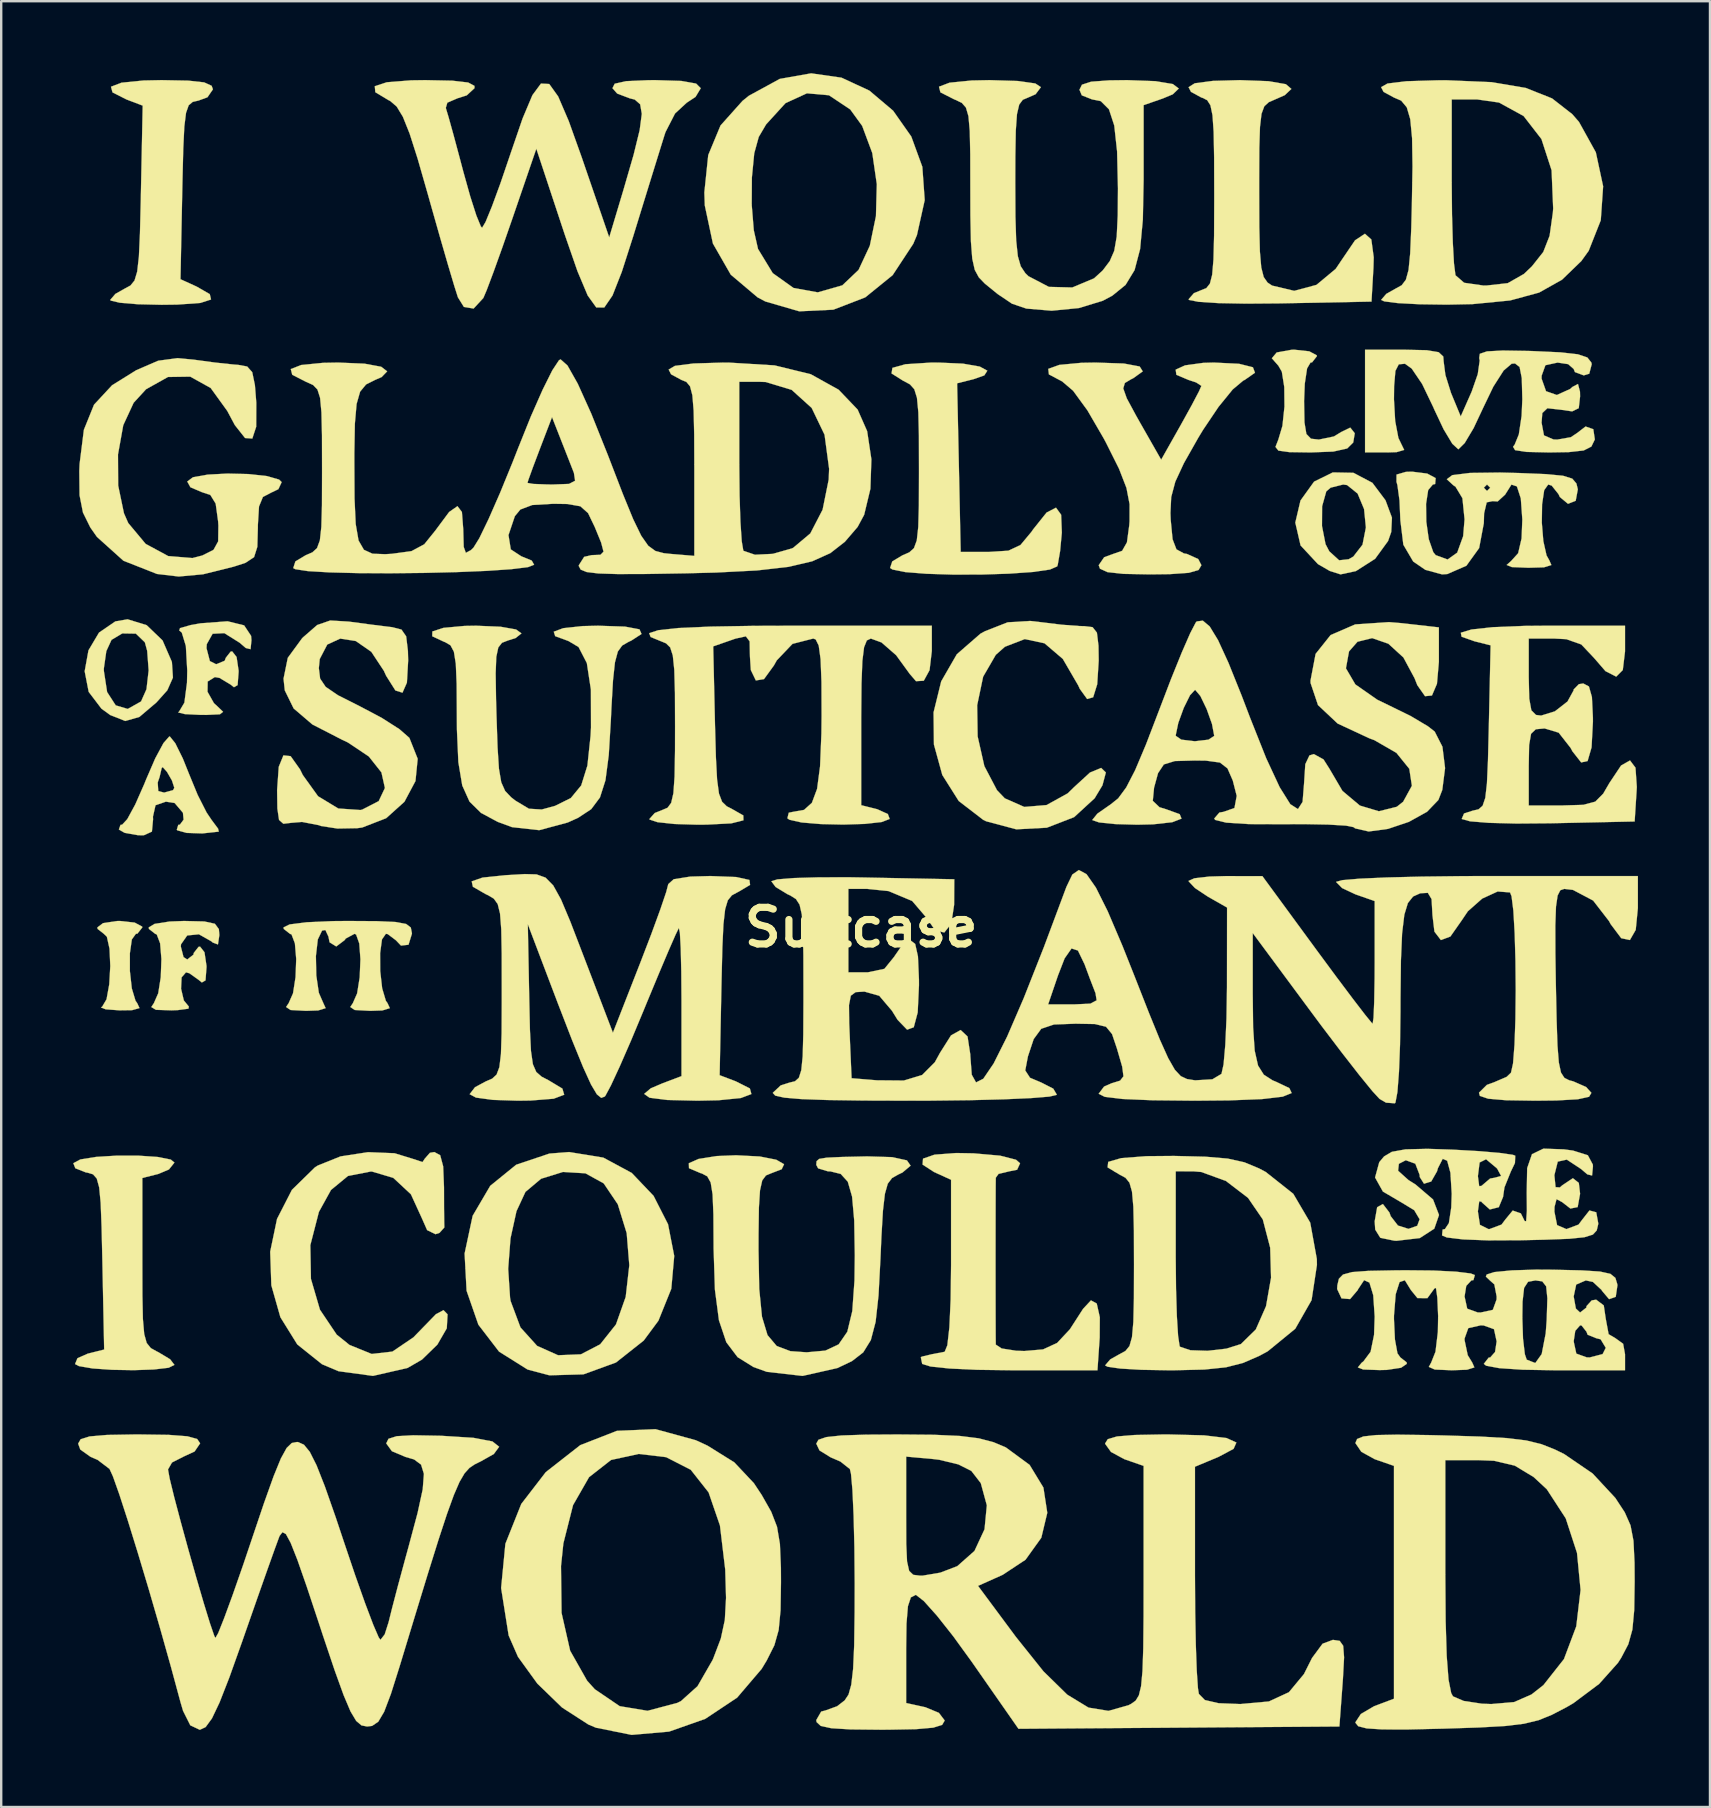
<source format=kicad_pcb>
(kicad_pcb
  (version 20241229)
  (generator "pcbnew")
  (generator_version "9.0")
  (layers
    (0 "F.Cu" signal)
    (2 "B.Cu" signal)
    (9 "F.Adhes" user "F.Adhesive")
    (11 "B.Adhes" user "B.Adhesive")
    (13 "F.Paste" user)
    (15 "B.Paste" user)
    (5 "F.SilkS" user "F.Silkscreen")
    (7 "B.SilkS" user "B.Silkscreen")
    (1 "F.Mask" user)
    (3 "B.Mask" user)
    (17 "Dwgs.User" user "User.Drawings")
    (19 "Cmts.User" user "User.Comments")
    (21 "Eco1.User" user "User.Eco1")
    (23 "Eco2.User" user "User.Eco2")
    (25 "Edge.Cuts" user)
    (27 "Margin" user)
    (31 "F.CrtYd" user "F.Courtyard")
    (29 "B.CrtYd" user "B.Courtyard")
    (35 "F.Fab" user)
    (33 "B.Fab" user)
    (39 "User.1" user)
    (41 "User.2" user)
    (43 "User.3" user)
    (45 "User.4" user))
  (footprint "Suitcase"
    (layer "F.Cu")
    (at 32.824 35.581)
    (property "Reference" "Suitcase" (at 0 0 0) (layer "F.SilkS") (effects (font (size 1.524 1.524) (thickness 0.3))))
    (attr through_hole)
    (fp_poly (pts (xy -30.263 -0.2) (xy -29.953 -0.035) (xy -29.945 0) (xy -30.149 0.26) (xy -30.213 0.267) (xy -30.382 0.501) (xy -30.464 1.079) (xy -30.464 1.819) (xy -30.384 2.54) (xy -30.228 3.058) (xy -30.159 3.155) (xy -30.063 3.361) (xy -30.373 3.448) (xy -30.894 3.455) (xy -31.471 3.413) (xy -31.667 3.334) (xy -31.616 3.299) (xy -31.436 2.994) (xy -31.323 2.371) (xy -31.28 1.61) (xy -31.312 0.889) (xy -31.422 0.39) (xy -31.549 0.267) (xy -31.809 0.064) (xy -31.817 0) (xy -31.582 -0.177) (xy -31.004 -0.265) (xy -30.881 -0.267) (xy -30.263 -0.2)) (stroke (width 0.01) (type solid)) (fill yes) (layer "F.SilkS"))
    (fp_poly (pts (xy -29.766 -12.59) (xy -29.103 -11.954) (xy -28.717 -11.067) (xy -28.712 -11.04) (xy -28.671 -10.404) (xy -28.905 -9.876) (xy -29.359 -9.369) (xy -30.069 -8.766) (xy -30.657 -8.598) (xy -31.283 -8.846) (xy -31.647 -9.11) (xy -32.18 -9.811) (xy -32.347 -10.669) (xy -32.342 -10.695) (xy -31.549 -10.695) (xy -31.412 -9.803) (xy -31.054 -9.249) (xy -30.553 -9.1) (xy -29.999 -9.411) (xy -29.772 -9.921) (xy -29.682 -10.706) (xy -29.743 -11.521) (xy -29.84 -11.876) (xy -30.215 -12.237) (xy -30.78 -12.246) (xy -31.229 -11.978) (xy -31.445 -11.509) (xy -31.548 -10.788) (xy -31.549 -10.695) (xy -32.342 -10.695) (xy -32.189 -11.54) (xy -31.749 -12.281) (xy -31.07 -12.746) (xy -30.559 -12.834) (xy -29.766 -12.59)) (stroke (width 0.01) (type solid)) (fill yes) (layer "F.SilkS"))
    (fp_poly (pts (xy 18.666 -23.996) (xy 18.975 -23.831) (xy 18.983 -23.796) (xy 18.78 -23.536) (xy 18.716 -23.528) (xy 18.573 -23.285) (xy 18.477 -22.649) (xy 18.448 -21.924) (xy 18.464 -21.034) (xy 18.544 -20.553) (xy 18.736 -20.356) (xy 19.063 -20.32) (xy 19.69 -20.45) (xy 19.995 -20.636) (xy 20.372 -20.819) (xy 20.559 -20.584) (xy 20.495 -20.198) (xy 20.244 -19.95) (xy 19.665 -19.821) (xy 18.715 -19.785) (xy 17.829 -19.798) (xy 17.377 -19.861) (xy 17.256 -20.015) (xy 17.367 -20.297) (xy 17.37 -20.302) (xy 17.546 -20.89) (xy 17.631 -21.691) (xy 17.623 -22.509) (xy 17.521 -23.148) (xy 17.379 -23.395) (xy 17.105 -23.707) (xy 17.307 -23.949) (xy 17.927 -24.061) (xy 18.047 -24.063) (xy 18.666 -23.996)) (stroke (width 0.01) (type solid)) (fill yes) (layer "F.SilkS"))
    (fp_poly (pts (xy 20.501 -18.936) (xy 21.293 -18.52) (xy 21.839 -17.792) (xy 22.108 -17.067) (xy 22.079 -16.472) (xy 21.947 -16.096) (xy 21.407 -15.354) (xy 20.606 -14.842) (xy 19.966 -14.705) (xy 19.516 -14.849) (xy 19.026 -15.133) (xy 18.302 -15.91) (xy 18.116 -16.717) (xy 19.194 -16.717) (xy 19.342 -15.964) (xy 19.498 -15.665) (xy 19.908 -15.292) (xy 20.305 -15.335) (xy 20.499 -15.447) (xy 20.882 -15.941) (xy 21.023 -16.658) (xy 20.947 -17.425) (xy 20.678 -18.071) (xy 20.239 -18.425) (xy 20.075 -18.448) (xy 19.555 -18.318) (xy 19.373 -18.163) (xy 19.199 -17.543) (xy 19.194 -16.717) (xy 18.116 -16.717) (xy 18.082 -16.86) (xy 18.299 -17.783) (xy 18.865 -18.568) (xy 19.645 -18.952) (xy 20.501 -18.936)) (stroke (width 0.01) (type solid)) (fill yes) (layer "F.SilkS"))
    (fp_poly (pts (xy -30.11 9.508) (xy -29.305 9.563) (xy -28.758 9.672) (xy -28.608 9.797) (xy -28.836 10.083) (xy -29.277 10.27) (xy -29.945 10.438) (xy -29.945 13.914) (xy -29.942 15.333) (xy -29.922 16.31) (xy -29.867 16.939) (xy -29.763 17.312) (xy -29.592 17.524) (xy -29.337 17.667) (xy -29.277 17.695) (xy -28.786 17.991) (xy -28.608 18.224) (xy -28.849 18.343) (xy -29.466 18.415) (xy -30.304 18.444) (xy -31.207 18.429) (xy -32.019 18.372) (xy -32.585 18.275) (xy -32.748 18.189) (xy -32.647 17.945) (xy -32.221 17.757) (xy -31.535 17.585) (xy -31.609 13.939) (xy -31.642 12.482) (xy -31.681 11.473) (xy -31.743 10.828) (xy -31.844 10.461) (xy -31.999 10.286) (xy -32.223 10.218) (xy -32.3 10.206) (xy -32.737 10.033) (xy -32.819 9.823) (xy -32.527 9.666) (xy -31.875 9.561) (xy -31.018 9.508) (xy -30.11 9.508)) (stroke (width 0.01) (type solid)) (fill yes) (layer "F.SilkS"))
    (fp_poly (pts (xy -28.034 -35.272) (xy -27.369 -35.199) (xy -27.058 -35.057) (xy -27.004 -34.91) (xy -27.232 -34.579) (xy -27.606 -34.442) (xy -27.846 -34.387) (xy -28.014 -34.245) (xy -28.125 -33.931) (xy -28.196 -33.36) (xy -28.24 -32.446) (xy -28.273 -31.105) (xy -28.282 -30.678) (xy -28.356 -27) (xy -27.68 -26.692) (xy -27.136 -26.379) (xy -27.083 -26.155) (xy -27.531 -26.011) (xy -28.492 -25.943) (xy -29.143 -25.935) (xy -30.136 -25.958) (xy -30.884 -26.021) (xy -31.261 -26.11) (xy -31.282 -26.139) (xy -31.067 -26.389) (xy -30.681 -26.607) (xy -30.44 -26.738) (xy -30.271 -26.945) (xy -30.159 -27.317) (xy -30.088 -27.943) (xy -30.044 -28.912) (xy -30.009 -30.314) (xy -30.005 -30.551) (xy -29.93 -34.231) (xy -30.606 -34.488) (xy -31.187 -34.782) (xy -31.251 -35.018) (xy -30.814 -35.186) (xy -29.893 -35.278) (xy -29.143 -35.293) (xy -28.034 -35.272)) (stroke (width 0.01) (type solid)) (fill yes) (layer "F.SilkS"))
    (fp_poly (pts (xy -10.743 9.59) (xy -9.559 10.228) (xy -8.649 11.183) (xy -8.047 12.365) (xy -7.789 13.685) (xy -7.911 15.054) (xy -8.447 16.383) (xy -9.06 17.211) (xy -10.215 18.124) (xy -11.57 18.618) (xy -12.987 18.658) (xy -13.898 18.417) (xy -15.086 17.671) (xy -15.947 16.55) (xy -16.438 15.136) (xy -16.487 14.222) (xy -14.706 14.222) (xy -14.627 15.429) (xy -14.604 15.565) (xy -14.194 16.663) (xy -13.5 17.432) (xy -12.627 17.822) (xy -11.677 17.784) (xy -10.874 17.367) (xy -10.216 16.54) (xy -9.81 15.391) (xy -9.66 14.072) (xy -9.769 12.736) (xy -10.14 11.533) (xy -10.727 10.663) (xy -11.487 10.244) (xy -12.423 10.187) (xy -13.335 10.47) (xy -13.987 11.018) (xy -14.36 11.821) (xy -14.609 12.954) (xy -14.706 14.222) (xy -16.487 14.222) (xy -16.521 13.586) (xy -16.185 12.013) (xy -15.453 10.765) (xy -14.373 9.887) (xy -12.989 9.422) (xy -12.166 9.358) (xy -10.743 9.59)) (stroke (width 0.01) (type solid)) (fill yes) (layer "F.SilkS"))
    (fp_poly (pts (xy -25.705 -12.581) (xy -25.415 -12.144) (xy -25.4 -11.962) (xy -25.436 -11.589) (xy -25.636 -11.638) (xy -25.889 -11.856) (xy -26.529 -12.257) (xy -27.018 -12.232) (xy -27.261 -11.799) (xy -27.272 -11.631) (xy -27.132 -11.093) (xy -26.871 -10.962) (xy -26.515 -11.106) (xy -26.469 -11.229) (xy -26.266 -11.489) (xy -26.202 -11.497) (xy -26.019 -11.263) (xy -25.935 -10.696) (xy -25.935 -10.641) (xy -25.976 -10.092) (xy -26.129 -10.004) (xy -26.256 -10.107) (xy -26.729 -10.392) (xy -26.924 -10.427) (xy -27.223 -10.242) (xy -27.23 -9.815) (xy -26.963 -9.341) (xy -26.804 -9.195) (xy -26.581 -8.98) (xy -26.714 -8.877) (xy -27.279 -8.851) (xy -27.539 -8.853) (xy -28.176 -8.885) (xy -28.45 -8.954) (xy -28.408 -9) (xy -28.194 -9.36) (xy -28.085 -10.19) (xy -28.074 -10.695) (xy -28.132 -11.721) (xy -28.302 -12.281) (xy -28.408 -12.368) (xy -28.375 -12.467) (xy -27.922 -12.596) (xy -27.519 -12.667) (xy -26.393 -12.751) (xy -25.705 -12.581)) (stroke (width 0.01) (type solid)) (fill yes) (layer "F.SilkS"))
    (fp_poly (pts (xy -27.362 -0.247) (xy -26.922 -0.151) (xy -26.757 0.072) (xy -26.737 0.321) (xy -26.795 0.711) (xy -27.014 0.63) (xy -27.058 0.588) (xy -27.588 0.287) (xy -28.076 0.336) (xy -28.334 0.704) (xy -28.341 0.802) (xy -28.229 1.237) (xy -28.074 1.337) (xy -27.814 1.133) (xy -27.806 1.069) (xy -27.603 0.81) (xy -27.539 0.802) (xy -27.356 1.036) (xy -27.272 1.603) (xy -27.272 1.658) (xy -27.313 2.207) (xy -27.466 2.295) (xy -27.592 2.192) (xy -27.985 1.911) (xy -28.127 1.872) (xy -28.31 2.083) (xy -28.332 2.555) (xy -28.216 3.044) (xy -28.007 3.299) (xy -28.025 3.386) (xy -28.466 3.445) (xy -28.729 3.455) (xy -29.379 3.434) (xy -29.571 3.318) (xy -29.464 3.155) (xy -29.283 2.745) (xy -29.177 2.072) (xy -29.15 1.318) (xy -29.204 0.665) (xy -29.344 0.296) (xy -29.411 0.267) (xy -29.67 0.064) (xy -29.678 0) (xy -29.436 -0.146) (xy -28.813 -0.244) (xy -28.207 -0.267) (xy -27.362 -0.247)) (stroke (width 0.01) (type solid)) (fill yes) (layer "F.SilkS"))
    (fp_poly (pts (xy -0.82 -35.395) (xy 0.339 -34.857) (xy 1.329 -34.02) (xy 2.086 -32.943) (xy 2.546 -31.682) (xy 2.645 -30.294) (xy 2.321 -28.838) (xy 2.168 -28.475) (xy 1.31 -27.17) (xy 0.168 -26.244) (xy -1.161 -25.731) (xy -2.58 -25.663) (xy -3.993 -26.073) (xy -4.316 -26.244) (xy -5.434 -27.19) (xy -6.177 -28.486) (xy -6.516 -30.076) (xy -6.516 -30.101) (xy -4.561 -30.101) (xy -4.475 -29.039) (xy -4.299 -28.262) (xy -3.685 -27.253) (xy -2.819 -26.635) (xy -1.81 -26.453) (xy -0.787 -26.745) (xy -0.111 -27.387) (xy 0.358 -28.392) (xy 0.614 -29.627) (xy 0.65 -30.959) (xy 0.461 -32.257) (xy 0.04 -33.388) (xy -0.456 -34.071) (xy -1.343 -34.663) (xy -2.262 -34.744) (xy -3.154 -34.335) (xy -3.961 -33.45) (xy -4.268 -32.928) (xy -4.456 -32.246) (xy -4.554 -31.237) (xy -4.561 -30.101) (xy -6.516 -30.101) (xy -6.534 -30.614) (xy -6.372 -32.172) (xy -5.86 -33.404) (xy -4.944 -34.429) (xy -4.678 -34.643) (xy -3.392 -35.345) (xy -2.085 -35.576) (xy -0.82 -35.395)) (stroke (width 0.01) (type solid)) (fill yes) (layer "F.SilkS"))
    (fp_poly (pts (xy 7.467 -12.716) (xy 8.353 -12.608) (xy 9.107 -12.552) (xy 9.291 -12.549) (xy 9.638 -12.507) (xy 9.818 -12.278) (xy 9.884 -11.733) (xy 9.893 -11.109) (xy 9.831 -10.128) (xy 9.662 -9.586) (xy 9.412 -9.513) (xy 9.104 -9.938) (xy 9.041 -10.078) (xy 8.398 -11.183) (xy 7.636 -11.834) (xy 6.813 -12.01) (xy 5.986 -11.69) (xy 5.607 -11.355) (xy 5.079 -10.444) (xy 4.83 -9.254) (xy 4.85 -7.956) (xy 5.129 -6.72) (xy 5.656 -5.716) (xy 5.98 -5.377) (xy 6.794 -5.018) (xy 7.721 -5.096) (xy 8.603 -5.585) (xy 8.864 -5.84) (xy 9.53 -6.451) (xy 9.995 -6.643) (xy 10.191 -6.453) (xy 10.049 -5.919) (xy 9.724 -5.379) (xy 8.869 -4.593) (xy 7.732 -4.153) (xy 6.462 -4.085) (xy 5.208 -4.419) (xy 5.084 -4.479) (xy 4.063 -5.264) (xy 3.378 -6.349) (xy 3.029 -7.618) (xy 3.014 -8.956) (xy 3.332 -10.248) (xy 3.983 -11.378) (xy 4.965 -12.233) (xy 5.155 -12.337) (xy 6.101 -12.708) (xy 7.034 -12.765) (xy 7.467 -12.716)) (stroke (width 0.01) (type solid)) (fill yes) (layer "F.SilkS"))
    (fp_poly (pts (xy -28.573 -7.671) (xy -28.259 -7.037) (xy -28.005 -6.405) (xy -27.639 -5.516) (xy -27.267 -4.783) (xy -27.062 -4.478) (xy -26.788 -4.111) (xy -26.762 -3.989) (xy -27.446 -3.915) (xy -28.098 -3.936) (xy -28.487 -4.043) (xy -28.51 -4.068) (xy -28.448 -4.27) (xy -28.382 -4.278) (xy -28.226 -4.488) (xy -28.254 -4.775) (xy -28.599 -5.181) (xy -28.964 -5.238) (xy -29.396 -5.088) (xy -29.503 -4.613) (xy -29.498 -4.503) (xy -29.546 -3.99) (xy -29.886 -3.836) (xy -30.125 -3.84) (xy -30.682 -3.939) (xy -30.922 -4.077) (xy -30.854 -4.27) (xy -30.787 -4.278) (xy -30.572 -4.509) (xy -30.241 -5.119) (xy -29.858 -5.987) (xy -29.838 -6.038) (xy -29.305 -6.038) (xy -29.281 -5.68) (xy -29.038 -5.615) (xy -28.666 -5.717) (xy -28.613 -5.815) (xy -28.712 -6.12) (xy -28.917 -6.476) (xy -29.097 -6.678) (xy -29.139 -6.639) (xy -29.228 -6.259) (xy -29.305 -6.038) (xy -29.838 -6.038) (xy -29.79 -6.157) (xy -29.407 -7.042) (xy -29.064 -7.679) (xy -28.825 -7.95) (xy -28.797 -7.95) (xy -28.573 -7.671)) (stroke (width 0.01) (type solid)) (fill yes) (layer "F.SilkS"))
    (fp_poly (pts (xy 4.24 -23.483) (xy 4.939 -23.361) (xy 5.253 -23.19) (xy 5.128 -22.994) (xy 4.682 -22.837) (xy 3.995 -22.665) (xy 4.07 -19.153) (xy 4.144 -15.641) (xy 5.337 -15.641) (xy 6.131 -15.692) (xy 6.635 -15.929) (xy 7.09 -16.475) (xy 7.16 -16.577) (xy 7.722 -17.281) (xy 8.114 -17.484) (xy 8.328 -17.189) (xy 8.357 -16.443) (xy 8.285 -15.674) (xy 8.188 -15.114) (xy 8.165 -15.039) (xy 7.862 -14.907) (xy 7.151 -14.805) (xy 6.157 -14.735) (xy 5.003 -14.698) (xy 3.816 -14.696) (xy 2.72 -14.73) (xy 1.84 -14.8) (xy 1.302 -14.908) (xy 1.203 -14.973) (xy 1.295 -15.247) (xy 1.722 -15.501) (xy 2.005 -15.624) (xy 2.197 -15.798) (xy 2.315 -16.12) (xy 2.377 -16.682) (xy 2.402 -17.579) (xy 2.406 -18.903) (xy 2.406 -19.116) (xy 2.403 -20.506) (xy 2.38 -21.456) (xy 2.322 -22.062) (xy 2.211 -22.419) (xy 2.029 -22.621) (xy 1.76 -22.765) (xy 1.746 -22.771) (xy 1.263 -23.076) (xy 1.3 -23.307) (xy 1.845 -23.459) (xy 2.886 -23.526) (xy 3.208 -23.528) (xy 4.24 -23.483)) (stroke (width 0.01) (type solid)) (fill yes) (layer "F.SilkS"))
    (fp_poly (pts (xy 4.684 9.412) (xy 5.786 9.509) (xy 6.448 9.678) (xy 6.618 9.826) (xy 6.494 10.096) (xy 6.172 10.16) (xy 5.721 10.268) (xy 5.606 10.427) (xy 5.602 10.786) (xy 5.599 11.565) (xy 5.597 12.648) (xy 5.596 13.903) (xy 5.597 15.174) (xy 5.599 16.254) (xy 5.602 17.027) (xy 5.606 17.379) (xy 5.85 17.54) (xy 6.457 17.635) (xy 6.798 17.646) (xy 7.575 17.579) (xy 8.16 17.31) (xy 8.693 16.74) (xy 9.241 15.891) (xy 9.57 15.536) (xy 9.811 15.668) (xy 9.939 16.239) (xy 9.934 17.086) (xy 9.841 18.448) (xy 6.273 18.448) (xy 4.833 18.429) (xy 3.676 18.375) (xy 2.885 18.291) (xy 2.543 18.185) (xy 2.54 18.181) (xy 2.483 17.909) (xy 2.524 17.88) (xy 2.898 17.791) (xy 2.941 17.78) (xy 3.456 17.682) (xy 3.476 17.68) (xy 3.588 17.407) (xy 3.673 16.66) (xy 3.726 15.497) (xy 3.743 14.08) (xy 3.743 10.513) (xy 3.034 10.19) (xy 2.556 9.88) (xy 2.575 9.633) (xy 3.054 9.467) (xy 3.956 9.399) (xy 4.684 9.412)) (stroke (width 0.01) (type solid)) (fill yes) (layer "F.SilkS"))
    (fp_poly (pts (xy -17.538 9.49) (xy -17.414 9.953) (xy -17.379 10.828) (xy -17.377 11.679) (xy -17.37 12.3) (xy -17.365 12.499) (xy -17.567 12.725) (xy -17.734 12.78) (xy -18.082 12.61) (xy -18.302 12.112) (xy -18.757 11.118) (xy -19.491 10.434) (xy -20.383 10.169) (xy -20.433 10.169) (xy -21.379 10.354) (xy -22.086 10.937) (xy -22.59 11.85) (xy -22.947 13.237) (xy -22.922 14.641) (xy -22.546 15.926) (xy -21.85 16.962) (xy -21.316 17.393) (xy -20.39 17.769) (xy -19.528 17.67) (xy -18.653 17.077) (xy -18.254 16.666) (xy -17.713 16.11) (xy -17.399 15.944) (xy -17.231 16.117) (xy -17.263 16.7) (xy -17.655 17.379) (xy -18.295 18.002) (xy -18.896 18.351) (xy -20.339 18.682) (xy -21.774 18.487) (xy -22.462 18.196) (xy -23.49 17.372) (xy -24.194 16.239) (xy -24.571 14.911) (xy -24.619 13.507) (xy -24.334 12.143) (xy -23.715 10.934) (xy -22.759 9.999) (xy -22.636 9.92) (xy -21.688 9.539) (xy -20.544 9.363) (xy -19.437 9.408) (xy -18.698 9.635) (xy -18.273 9.775) (xy -18.181 9.635) (xy -17.965 9.389) (xy -17.78 9.358) (xy -17.538 9.49)) (stroke (width 0.01) (type solid)) (fill yes) (layer "F.SilkS"))
    (fp_poly (pts (xy 16.969 -35.249) (xy 17.689 -35.124) (xy 17.919 -34.927) (xy 17.642 -34.666) (xy 17.245 -34.491) (xy 16.977 -34.374) (xy 16.792 -34.205) (xy 16.675 -33.892) (xy 16.611 -33.346) (xy 16.583 -32.477) (xy 16.577 -31.195) (xy 16.577 -30.63) (xy 16.582 -29.17) (xy 16.607 -28.154) (xy 16.664 -27.491) (xy 16.766 -27.091) (xy 16.925 -26.862) (xy 17.115 -26.735) (xy 18.038 -26.516) (xy 18.965 -26.765) (xy 19.764 -27.43) (xy 20.033 -27.829) (xy 20.57 -28.62) (xy 20.982 -28.894) (xy 21.249 -28.656) (xy 21.349 -27.914) (xy 21.337 -27.472) (xy 21.256 -26.068) (xy 17.446 -25.994) (xy 16.031 -25.983) (xy 14.872 -26.005) (xy 14.053 -26.058) (xy 13.659 -26.136) (xy 13.636 -26.164) (xy 13.858 -26.419) (xy 14.171 -26.547) (xy 14.38 -26.633) (xy 14.526 -26.818) (xy 14.62 -27.187) (xy 14.674 -27.824) (xy 14.699 -28.811) (xy 14.705 -30.234) (xy 14.705 -30.557) (xy 14.701 -32.072) (xy 14.681 -33.135) (xy 14.633 -33.831) (xy 14.547 -34.244) (xy 14.412 -34.457) (xy 14.215 -34.556) (xy 14.171 -34.568) (xy 13.737 -34.804) (xy 13.636 -35) (xy 13.895 -35.162) (xy 14.646 -35.261) (xy 15.775 -35.293) (xy 16.969 -35.249)) (stroke (width 0.01) (type solid)) (fill yes) (layer "F.SilkS"))
    (fp_poly (pts (xy -20.173 -0.26) (xy -19.394 -0.225) (xy -18.956 -0.143) (xy -18.762 0.005) (xy -18.716 0.239) (xy -18.716 0.267) (xy -18.857 0.722) (xy -19.171 0.758) (xy -19.384 0.535) (xy -19.726 0.278) (xy -19.801 0.267) (xy -19.963 0.501) (xy -20.04 1.078) (xy -20.036 1.819) (xy -19.955 2.539) (xy -19.801 3.056) (xy -19.732 3.155) (xy -19.635 3.364) (xy -19.946 3.459) (xy -20.454 3.476) (xy -21.098 3.441) (xy -21.283 3.316) (xy -21.176 3.155) (xy -20.998 2.75) (xy -20.891 2.079) (xy -20.86 1.325) (xy -20.908 0.671) (xy -21.04 0.298) (xy -21.106 0.267) (xy -21.468 0.462) (xy -21.523 0.535) (xy -21.867 0.794) (xy -22.146 0.621) (xy -22.192 0.385) (xy -22.321 0.109) (xy -22.459 0.134) (xy -22.636 0.502) (xy -22.715 1.193) (xy -22.699 2.002) (xy -22.593 2.725) (xy -22.405 3.155) (xy -22.309 3.364) (xy -22.62 3.459) (xy -23.127 3.476) (xy -23.772 3.441) (xy -23.957 3.316) (xy -23.849 3.155) (xy -23.668 2.745) (xy -23.563 2.072) (xy -23.535 1.318) (xy -23.59 0.665) (xy -23.729 0.296) (xy -23.796 0.267) (xy -24.055 0.064) (xy -24.063 0) (xy -23.809 -0.124) (xy -23.098 -0.214) (xy -22.007 -0.262) (xy -21.389 -0.267) (xy -20.173 -0.26)) (stroke (width 0.01) (type solid)) (fill yes) (layer "F.SilkS"))
    (fp_poly (pts (xy -6.888 21.363) (xy -6.399 21.59) (xy -5.286 22.284) (xy -4.47 23.152) (xy -4.146 23.641) (xy -3.747 24.345) (xy -3.507 24.967) (xy -3.386 25.685) (xy -3.345 26.677) (xy -3.342 27.272) (xy -3.36 28.447) (xy -3.438 29.265) (xy -3.617 29.902) (xy -3.936 30.537) (xy -4.147 30.887) (xy -5.169 32.085) (xy -6.497 32.969) (xy -8.003 33.499) (xy -9.562 33.636) (xy -11.048 33.338) (xy -11.363 33.205) (xy -12.463 32.495) (xy -13.491 31.499) (xy -14.297 30.385) (xy -14.686 29.496) (xy -15 27.518) (xy -14.911 26.603) (xy -12.505 26.603) (xy -12.482 28.556) (xy -12.124 30.131) (xy -11.419 31.377) (xy -11.099 31.734) (xy -10.061 32.44) (xy -8.9 32.633) (xy -7.663 32.305) (xy -7.512 32.231) (xy -6.819 31.609) (xy -6.192 30.519) (xy -6.158 30.44) (xy -5.848 29.623) (xy -5.681 28.851) (xy -5.63 27.929) (xy -5.664 26.751) (xy -5.884 24.914) (xy -6.358 23.535) (xy -7.1 22.593) (xy -8.127 22.068) (xy -9.265 21.933) (xy -10.42 22.184) (xy -11.337 22.901) (xy -12.004 24.066) (xy -12.407 25.66) (xy -12.505 26.603) (xy -14.911 26.603) (xy -14.822 25.676) (xy -14.16 24.016) (xy -13.138 22.69) (xy -11.703 21.567) (xy -10.176 20.971) (xy -8.568 20.902) (xy -6.888 21.363)) (stroke (width 0.01) (type solid)) (fill yes) (layer "F.SilkS"))
    (fp_poly (pts (xy 26.256 -35.209) (xy 27.687 -34.967) (xy 28.779 -34.531) (xy 29.619 -33.875) (xy 29.899 -33.553) (xy 30.601 -32.286) (xy 30.905 -30.871) (xy 30.807 -29.456) (xy 30.304 -28.185) (xy 29.998 -27.759) (xy 29.192 -26.98) (xy 28.238 -26.444) (xy 27.031 -26.116) (xy 25.467 -25.963) (xy 24.397 -25.941) (xy 23.26 -25.957) (xy 22.353 -26.005) (xy 21.789 -26.077) (xy 21.657 -26.139) (xy 21.872 -26.389) (xy 22.258 -26.607) (xy 22.514 -26.749) (xy 22.688 -26.977) (xy 22.8 -27.387) (xy 22.868 -28.075) (xy 22.913 -29.138) (xy 22.937 -30.079) (xy 22.965 -31.703) (xy 22.947 -32.873) (xy 22.871 -33.666) (xy 22.725 -34.161) (xy 22.494 -34.438) (xy 22.372 -34.491) (xy 24.598 -34.491) (xy 24.598 -31.037) (xy 24.61 -29.7) (xy 24.643 -28.534) (xy 24.692 -27.657) (xy 24.752 -27.184) (xy 24.76 -27.16) (xy 25.116 -26.852) (xy 25.908 -26.738) (xy 26.047 -26.737) (xy 26.932 -26.836) (xy 27.605 -27.219) (xy 27.94 -27.539) (xy 28.411 -28.134) (xy 28.675 -28.808) (xy 28.811 -29.772) (xy 28.824 -29.946) (xy 28.758 -31.538) (xy 28.335 -32.839) (xy 27.592 -33.798) (xy 26.566 -34.36) (xy 25.647 -34.491) (xy 24.598 -34.491) (xy 22.372 -34.491) (xy 22.195 -34.567) (xy 21.759 -34.803) (xy 21.657 -35) (xy 21.921 -35.151) (xy 22.708 -35.247) (xy 24.007 -35.286) (xy 24.397 -35.287) (xy 26.256 -35.209)) (stroke (width 0.01) (type solid)) (fill yes) (layer "F.SilkS"))
    (fp_poly (pts (xy -21.346 -12.738) (xy -21.316 -12.734) (xy -20.434 -12.616) (xy -19.67 -12.521) (xy -19.54 -12.506) (xy -19.151 -12.406) (xy -18.955 -12.124) (xy -18.882 -11.516) (xy -18.872 -11.118) (xy -18.924 -10.196) (xy -19.109 -9.777) (xy -19.403 -9.869) (xy -19.789 -10.481) (xy -19.885 -10.69) (xy -20.407 -11.48) (xy -21.052 -11.928) (xy -21.702 -12.03) (xy -22.242 -11.782) (xy -22.556 -11.179) (xy -22.593 -10.799) (xy -22.539 -10.363) (xy -22.308 -10.02) (xy -21.795 -9.67) (xy -20.893 -9.215) (xy -19.981 -8.733) (xy -19.234 -8.256) (xy -18.821 -7.894) (xy -18.475 -7.023) (xy -18.567 -6.097) (xy -19.028 -5.232) (xy -19.789 -4.548) (xy -20.783 -4.162) (xy -20.988 -4.133) (xy -21.818 -4.118) (xy -22.499 -4.223) (xy -22.593 -4.258) (xy -23.293 -4.393) (xy -23.729 -4.357) (xy -24.07 -4.317) (xy -24.25 -4.475) (xy -24.32 -4.948) (xy -24.331 -5.719) (xy -24.262 -6.69) (xy -24.068 -7.165) (xy -23.768 -7.134) (xy -23.379 -6.586) (xy -23.261 -6.347) (xy -22.626 -5.464) (xy -21.783 -4.953) (xy -20.861 -4.889) (xy -20.787 -4.906) (xy -20.099 -5.26) (xy -19.84 -5.807) (xy -19.985 -6.456) (xy -20.51 -7.119) (xy -21.388 -7.706) (xy -21.613 -7.811) (xy -22.863 -8.454) (xy -23.642 -9.12) (xy -24.011 -9.873) (xy -24.063 -10.361) (xy -23.886 -11.229) (xy -23.292 -12.041) (xy -23.254 -12.08) (xy -22.661 -12.596) (xy -22.117 -12.784) (xy -21.346 -12.738)) (stroke (width 0.01) (type solid)) (fill yes) (layer "F.SilkS"))
    (fp_poly (pts (xy 14.339 9.552) (xy 15.267 9.631) (xy 15.961 9.785) (xy 16.571 10.039) (xy 16.851 10.188) (xy 17.998 11.097) (xy 18.704 12.3) (xy 18.979 13.812) (xy 18.983 14.06) (xy 18.76 15.527) (xy 18.081 16.719) (xy 16.936 17.656) (xy 16.585 17.847) (xy 15.907 18.142) (xy 15.197 18.324) (xy 14.295 18.418) (xy 13.045 18.448) (xy 12.777 18.448) (xy 11.668 18.429) (xy 10.792 18.377) (xy 10.263 18.301) (xy 10.16 18.244) (xy 10.375 17.994) (xy 10.762 17.777) (xy 11.007 17.644) (xy 11.175 17.438) (xy 11.28 17.067) (xy 11.336 16.439) (xy 11.359 15.461) (xy 11.363 14.04) (xy 11.363 14.037) (xy 11.362 13.725) (xy 13.101 13.725) (xy 13.114 15.055) (xy 13.148 16.187) (xy 13.2 17.017) (xy 13.264 17.44) (xy 13.279 17.468) (xy 13.711 17.614) (xy 14.43 17.637) (xy 15.209 17.548) (xy 15.815 17.357) (xy 16.436 16.749) (xy 16.863 15.779) (xy 17.072 14.595) (xy 17.036 13.343) (xy 16.73 12.171) (xy 16.727 12.163) (xy 16.112 11.266) (xy 15.193 10.563) (xy 14.167 10.189) (xy 13.836 10.161) (xy 13.101 10.16) (xy 13.101 13.725) (xy 11.362 13.725) (xy 11.359 12.615) (xy 11.336 11.636) (xy 11.28 11.007) (xy 11.175 10.636) (xy 11.008 10.43) (xy 10.762 10.297) (xy 10.761 10.297) (xy 10.263 9.997) (xy 10.289 9.768) (xy 10.83 9.611) (xy 11.88 9.53) (xy 13.027 9.52) (xy 14.339 9.552)) (stroke (width 0.01) (type solid)) (fill yes) (layer "F.SilkS"))
    (fp_poly (pts (xy -27.806 -23.649) (xy -26.908 -23.528) (xy -26.127 -23.445) (xy -25.95 -23.432) (xy -25.577 -23.364) (xy -25.367 -23.127) (xy -25.256 -22.59) (xy -25.198 -21.857) (xy -25.202 -20.856) (xy -25.364 -20.364) (xy -25.666 -20.385) (xy -26.093 -20.925) (xy -26.409 -21.516) (xy -27.098 -22.469) (xy -27.95 -22.942) (xy -28.877 -22.928) (xy -29.789 -22.418) (xy -30.307 -21.854) (xy -30.74 -20.919) (xy -30.959 -19.701) (xy -30.952 -18.408) (xy -30.711 -17.251) (xy -30.532 -16.844) (xy -29.808 -15.976) (xy -28.868 -15.468) (xy -27.857 -15.385) (xy -27.446 -15.492) (xy -26.98 -15.727) (xy -26.786 -16.08) (xy -26.777 -16.738) (xy -26.788 -16.91) (xy -26.89 -17.652) (xy -27.111 -18.012) (xy -27.472 -18.133) (xy -27.942 -18.334) (xy -28.074 -18.574) (xy -27.835 -18.751) (xy -27.225 -18.86) (xy -26.402 -18.904) (xy -25.526 -18.884) (xy -24.755 -18.8) (xy -24.249 -18.654) (xy -24.141 -18.549) (xy -24.278 -18.254) (xy -24.587 -18.106) (xy -24.922 -17.93) (xy -25.085 -17.534) (xy -25.132 -16.769) (xy -25.133 -16.645) (xy -25.155 -15.852) (xy -25.291 -15.423) (xy -25.649 -15.186) (xy -26.135 -15.028) (xy -27.415 -14.709) (xy -28.428 -14.616) (xy -29.337 -14.723) (xy -30.732 -15.273) (xy -31.835 -16.265) (xy -32.111 -16.658) (xy -32.418 -17.28) (xy -32.56 -18.001) (xy -32.571 -19.013) (xy -32.558 -19.309) (xy -32.38 -20.728) (xy -31.957 -21.774) (xy -31.206 -22.583) (xy -30.197 -23.211) (xy -29.285 -23.605) (xy -28.477 -23.713) (xy -27.806 -23.649)) (stroke (width 0.01) (type solid)) (fill yes) (layer "F.SilkS"))
    (fp_poly (pts (xy 15.739 -23.477) (xy 16.317 -23.332) (xy 16.402 -23.105) (xy 15.977 -22.807) (xy 15.914 -22.777) (xy 15.475 -22.409) (xy 14.885 -21.684) (xy 14.239 -20.724) (xy 14.042 -20.399) (xy 13.441 -19.337) (xy 13.083 -18.565) (xy 12.913 -17.925) (xy 12.881 -17.26) (xy 12.892 -16.978) (xy 12.97 -16.167) (xy 13.131 -15.748) (xy 13.442 -15.578) (xy 13.569 -15.556) (xy 14.039 -15.344) (xy 14.171 -15.088) (xy 14.054 -14.889) (xy 13.645 -14.77) (xy 12.855 -14.715) (xy 12.032 -14.705) (xy 10.922 -14.726) (xy 10.257 -14.799) (xy 9.947 -14.941) (xy 9.893 -15.088) (xy 10.12 -15.419) (xy 10.494 -15.556) (xy 10.869 -15.687) (xy 11.069 -16.038) (xy 11.166 -16.754) (xy 11.178 -16.918) (xy 11.179 -17.631) (xy 11.049 -18.307) (xy 10.74 -19.104) (xy 10.204 -20.177) (xy 10.108 -20.358) (xy 9.425 -21.534) (xy 8.827 -22.354) (xy 8.366 -22.747) (xy 8.355 -22.751) (xy 7.819 -23.034) (xy 7.792 -23.265) (xy 8.252 -23.431) (xy 9.174 -23.518) (xy 9.759 -23.528) (xy 10.943 -23.488) (xy 11.6 -23.365) (xy 11.728 -23.161) (xy 11.329 -22.875) (xy 11.244 -22.834) (xy 10.983 -22.678) (xy 10.915 -22.452) (xy 11.062 -22.038) (xy 11.451 -21.317) (xy 11.609 -21.037) (xy 12.495 -19.482) (xy 13.333 -20.967) (xy 13.765 -21.749) (xy 14.068 -22.325) (xy 14.171 -22.557) (xy 13.95 -22.701) (xy 13.636 -22.804) (xy 13.129 -23.017) (xy 13.099 -23.233) (xy 13.491 -23.412) (xy 14.249 -23.516) (xy 14.689 -23.528) (xy 15.739 -23.477)) (stroke (width 0.01) (type solid)) (fill yes) (layer "F.SilkS"))
    (fp_poly (pts (xy -9.838 -12.529) (xy -9.236 -12.416) (xy -9.151 -12.223) (xy -9.577 -11.947) (xy -9.692 -11.894) (xy -9.957 -11.741) (xy -10.138 -11.491) (xy -10.258 -11.042) (xy -10.339 -10.294) (xy -10.405 -9.145) (xy -10.427 -8.662) (xy -10.516 -7.18) (xy -10.653 -6.13) (xy -10.882 -5.413) (xy -11.245 -4.927) (xy -11.784 -4.57) (xy -12.224 -4.37) (xy -13.413 -4.05) (xy -14.546 -4.176) (xy -15.139 -4.395) (xy -15.835 -4.767) (xy -16.316 -5.24) (xy -16.619 -5.912) (xy -16.781 -6.882) (xy -16.841 -8.249) (xy -16.844 -8.865) (xy -16.852 -10.14) (xy -16.887 -10.98) (xy -16.967 -11.484) (xy -17.11 -11.752) (xy -17.332 -11.882) (xy -17.379 -11.898) (xy -17.869 -12.128) (xy -17.863 -12.327) (xy -17.402 -12.477) (xy -16.525 -12.558) (xy -16.042 -12.566) (xy -15.022 -12.524) (xy -14.377 -12.41) (xy -14.153 -12.247) (xy -14.393 -12.055) (xy -14.724 -11.949) (xy -14.963 -11.856) (xy -15.117 -11.661) (xy -15.201 -11.268) (xy -15.227 -10.581) (xy -15.211 -9.503) (xy -15.192 -8.805) (xy -15.148 -7.496) (xy -15.091 -6.612) (xy -14.994 -6.045) (xy -14.834 -5.685) (xy -14.586 -5.423) (xy -14.4 -5.278) (xy -13.841 -4.943) (xy -13.308 -4.911) (xy -12.751 -5.063) (xy -12.097 -5.387) (xy -11.664 -5.912) (xy -11.405 -6.741) (xy -11.274 -7.974) (xy -11.256 -8.324) (xy -11.26 -9.904) (xy -11.429 -11.01) (xy -11.774 -11.679) (xy -12.195 -11.929) (xy -12.748 -12.132) (xy -12.807 -12.317) (xy -12.413 -12.464) (xy -11.607 -12.551) (xy -10.962 -12.566) (xy -9.838 -12.529)) (stroke (width 0.01) (type solid)) (fill yes) (layer "F.SilkS"))
    (fp_poly (pts (xy 31.817 -11.497) (xy 31.724 -10.72) (xy 31.45 -10.445) (xy 31.003 -10.674) (xy 30.522 -11.229) (xy 29.995 -11.786) (xy 29.37 -12.006) (xy 28.868 -12.032) (xy 27.806 -12.032) (xy 27.806 -10.427) (xy 27.827 -9.529) (xy 27.915 -9.044) (xy 28.108 -8.85) (xy 28.322 -8.823) (xy 28.895 -9) (xy 29.421 -9.41) (xy 29.676 -9.874) (xy 29.678 -9.912) (xy 29.895 -10.132) (xy 30.079 -10.16) (xy 30.313 -10.036) (xy 30.438 -9.596) (xy 30.479 -8.74) (xy 30.48 -8.572) (xy 30.423 -7.499) (xy 30.258 -6.93) (xy 29.991 -6.871) (xy 29.629 -7.33) (xy 29.549 -7.478) (xy 29.054 -8.111) (xy 28.468 -8.288) (xy 28.101 -8.254) (xy 27.903 -8.065) (xy 27.822 -7.598) (xy 27.806 -6.727) (xy 27.806 -6.684) (xy 27.806 -5.08) (xy 29.235 -5.08) (xy 30.08 -5.105) (xy 30.577 -5.238) (xy 30.908 -5.571) (xy 31.167 -6.016) (xy 31.653 -6.744) (xy 32.025 -6.954) (xy 32.253 -6.652) (xy 32.308 -5.849) (xy 32.299 -5.682) (xy 32.218 -4.412) (xy 28.696 -4.337) (xy 27.287 -4.326) (xy 26.146 -4.355) (xy 25.361 -4.419) (xy 25.019 -4.514) (xy 25.015 -4.519) (xy 25.111 -4.745) (xy 25.463 -4.86) (xy 25.713 -4.918) (xy 25.885 -5.067) (xy 25.997 -5.397) (xy 26.065 -5.995) (xy 26.108 -6.95) (xy 26.143 -8.348) (xy 26.218 -11.75) (xy 25.543 -11.919) (xy 25.008 -12.109) (xy 24.977 -12.275) (xy 25.422 -12.409) (xy 26.312 -12.506) (xy 27.619 -12.559) (xy 28.491 -12.566) (xy 31.817 -12.566) (xy 31.817 -11.497)) (stroke (width 0.01) (type solid)) (fill yes) (layer "F.SilkS"))
    (fp_poly (pts (xy -4.225 9.543) (xy -3.538 9.678) (xy -3.213 9.865) (xy -3.312 10.074) (xy -3.732 10.235) (xy -3.967 10.332) (xy -4.123 10.54) (xy -4.216 10.955) (xy -4.262 11.671) (xy -4.277 12.784) (xy -4.278 13.447) (xy -4.248 15.061) (xy -4.134 16.216) (xy -3.903 16.983) (xy -3.52 17.438) (xy -2.95 17.652) (xy -2.273 17.7) (xy -1.493 17.629) (xy -0.94 17.369) (xy -0.579 16.844) (xy -0.371 15.982) (xy -0.28 14.709) (xy -0.267 13.66) (xy -0.291 12.21) (xy -0.38 11.214) (xy -0.559 10.594) (xy -0.853 10.27) (xy -1.288 10.162) (xy -1.39 10.16) (xy -1.795 10.037) (xy -1.872 9.893) (xy -1.86 9.739) (xy -1.752 9.644) (xy -1.439 9.592) (xy -0.811 9.563) (xy 0.242 9.539) (xy 0.247 9.539) (xy 1.289 9.57) (xy 1.904 9.705) (xy 2.058 9.925) (xy 1.72 10.21) (xy 1.538 10.297) (xy 1.283 10.442) (xy 1.106 10.676) (xy 0.987 11.097) (xy 0.905 11.799) (xy 0.842 12.879) (xy 0.802 13.797) (xy 0.721 15.334) (xy 0.6 16.432) (xy 0.401 17.19) (xy 0.085 17.702) (xy -0.384 18.066) (xy -0.994 18.356) (xy -2.443 18.683) (xy -3.932 18.513) (xy -4.488 18.313) (xy -5.149 17.902) (xy -5.62 17.279) (xy -5.926 16.367) (xy -6.094 15.089) (xy -6.149 13.367) (xy -6.149 13.218) (xy -6.157 11.952) (xy -6.191 11.121) (xy -6.27 10.627) (xy -6.413 10.37) (xy -6.636 10.251) (xy -6.695 10.235) (xy -7.174 10.031) (xy -7.18 9.824) (xy -6.775 9.645) (xy -6.02 9.525) (xy -5.214 9.492) (xy -4.225 9.543)) (stroke (width 0.01) (type solid)) (fill yes) (layer "F.SilkS"))
    (fp_poly (pts (xy 12.257 -35.25) (xy 12.981 -35.13) (xy 13.229 -34.944) (xy 12.979 -34.702) (xy 12.566 -34.53) (xy 11.764 -34.251) (xy 11.764 -31.149) (xy 11.732 -29.482) (xy 11.617 -28.256) (xy 11.387 -27.38) (xy 11.011 -26.763) (xy 10.46 -26.315) (xy 10.065 -26.104) (xy 9.073 -25.8) (xy 7.934 -25.688) (xy 6.879 -25.777) (xy 6.283 -25.979) (xy 5.68 -26.385) (xy 5.147 -26.82) (xy 4.899 -27.078) (xy 4.73 -27.39) (xy 4.626 -27.855) (xy 4.57 -28.575) (xy 4.548 -29.65) (xy 4.545 -30.801) (xy 4.542 -32.209) (xy 4.522 -33.175) (xy 4.467 -33.792) (xy 4.362 -34.151) (xy 4.19 -34.346) (xy 3.932 -34.469) (xy 3.877 -34.491) (xy 3.3 -34.784) (xy 3.24 -35.019) (xy 3.679 -35.186) (xy 4.602 -35.278) (xy 5.347 -35.293) (xy 6.528 -35.257) (xy 7.254 -35.154) (xy 7.486 -35) (xy 7.263 -34.705) (xy 6.952 -34.568) (xy 6.731 -34.475) (xy 6.581 -34.274) (xy 6.488 -33.875) (xy 6.439 -33.188) (xy 6.42 -32.122) (xy 6.417 -31.025) (xy 6.424 -29.601) (xy 6.455 -28.613) (xy 6.524 -27.959) (xy 6.645 -27.54) (xy 6.832 -27.257) (xy 6.965 -27.126) (xy 7.818 -26.681) (xy 8.793 -26.656) (xy 9.7 -27.037) (xy 10.061 -27.367) (xy 10.354 -27.755) (xy 10.54 -28.182) (xy 10.643 -28.775) (xy 10.686 -29.662) (xy 10.695 -30.78) (xy 10.659 -32.324) (xy 10.541 -33.402) (xy 10.32 -34.078) (xy 9.979 -34.418) (xy 9.616 -34.491) (xy 9.188 -34.66) (xy 9.091 -34.892) (xy 9.196 -35.104) (xy 9.578 -35.228) (xy 10.332 -35.284) (xy 11.08 -35.293) (xy 12.257 -35.25)) (stroke (width 0.01) (type solid)) (fill yes) (layer "F.SilkS"))
    (fp_poly (pts (xy 23.629 21.148) (xy 24.272 21.163) (xy 25.792 21.21) (xy 26.897 21.274) (xy 27.703 21.372) (xy 28.33 21.525) (xy 28.896 21.749) (xy 29.283 21.939) (xy 30.467 22.748) (xy 31.413 23.767) (xy 31.807 24.368) (xy 32.046 24.909) (xy 32.169 25.552) (xy 32.213 26.461) (xy 32.218 27.247) (xy 32.2 28.435) (xy 32.123 29.252) (xy 31.954 29.86) (xy 31.659 30.422) (xy 31.521 30.637) (xy 30.74 31.511) (xy 29.666 32.315) (xy 29.382 32.481) (xy 28.769 32.8) (xy 28.217 33.024) (xy 27.606 33.172) (xy 26.817 33.267) (xy 25.73 33.328) (xy 24.264 33.376) (xy 22.76 33.411) (xy 21.715 33.409) (xy 21.055 33.366) (xy 20.704 33.276) (xy 20.589 33.134) (xy 20.587 33.109) (xy 20.813 32.766) (xy 21.358 32.446) (xy 21.389 32.433) (xy 22.192 32.131) (xy 22.192 22.431) (xy 21.504 22.192) (xy 24.331 22.192) (xy 24.331 26.951) (xy 24.345 28.899) (xy 24.389 30.349) (xy 24.465 31.336) (xy 24.576 31.894) (xy 24.651 32.031) (xy 25.096 32.222) (xy 25.851 32.337) (xy 26.246 32.352) (xy 27.196 32.27) (xy 27.921 31.953) (xy 28.419 31.562) (xy 29.273 30.479) (xy 29.786 29.116) (xy 29.966 27.599) (xy 29.817 26.057) (xy 29.347 24.617) (xy 28.56 23.406) (xy 28.011 22.896) (xy 27.225 22.421) (xy 26.359 22.218) (xy 25.709 22.192) (xy 24.331 22.192) (xy 21.504 22.192) (xy 21.389 22.152) (xy 20.832 21.844) (xy 20.588 21.485) (xy 20.587 21.471) (xy 20.657 21.311) (xy 20.918 21.205) (xy 21.448 21.147) (xy 22.326 21.13) (xy 23.629 21.148)) (stroke (width 0.01) (type solid)) (fill yes) (layer "F.SilkS"))
    (fp_poly (pts (xy 23.577 -18.904) (xy 23.929 -18.716) (xy 23.908 -18.469) (xy 23.812 -18.448) (xy 23.617 -18.217) (xy 23.529 -17.641) (xy 23.539 -16.899) (xy 23.642 -16.17) (xy 23.829 -15.632) (xy 23.929 -15.507) (xy 24.426 -15.325) (xy 24.826 -15.61) (xy 25.075 -16.298) (xy 25.133 -16.997) (xy 25.044 -17.878) (xy 24.781 -18.315) (xy 25.935 -18.315) (xy 26.068 -18.181) (xy 26.202 -18.315) (xy 26.068 -18.448) (xy 25.935 -18.315) (xy 24.781 -18.315) (xy 24.755 -18.357) (xy 24.665 -18.417) (xy 24.393 -18.668) (xy 24.621 -18.839) (xy 25.358 -18.931) (xy 26.612 -18.947) (xy 27.4 -18.927) (xy 28.531 -18.881) (xy 29.235 -18.813) (xy 29.62 -18.693) (xy 29.792 -18.491) (xy 29.851 -18.248) (xy 29.762 -17.77) (xy 29.442 -17.645) (xy 29.102 -17.927) (xy 29.046 -18.047) (xy 28.764 -18.402) (xy 28.617 -18.448) (xy 28.45 -18.213) (xy 28.362 -17.625) (xy 28.351 -16.859) (xy 28.414 -16.091) (xy 28.548 -15.495) (xy 28.662 -15.293) (xy 28.749 -15.094) (xy 28.442 -14.999) (xy 27.793 -14.981) (xy 27.103 -15.009) (xy 26.886 -15.097) (xy 27.071 -15.261) (xy 27.365 -15.586) (xy 27.508 -16.202) (xy 27.539 -16.991) (xy 27.476 -17.867) (xy 27.313 -18.37) (xy 27.086 -18.445) (xy 26.83 -18.039) (xy 26.828 -18.032) (xy 26.512 -17.743) (xy 26.301 -17.756) (xy 26.055 -17.705) (xy 25.947 -17.249) (xy 25.935 -16.836) (xy 25.74 -15.801) (xy 25.208 -15.064) (xy 24.414 -14.719) (xy 24.197 -14.705) (xy 23.505 -14.891) (xy 22.994 -15.24) (xy 22.583 -15.94) (xy 22.459 -16.956) (xy 22.423 -17.783) (xy 22.335 -18.428) (xy 22.297 -18.56) (xy 22.299 -18.862) (xy 22.692 -18.976) (xy 22.949 -18.983) (xy 23.577 -18.904)) (stroke (width 0.01) (type solid)) (fill yes) (layer "F.SilkS"))
    (fp_poly (pts (xy 2.941 -11.513) (xy 2.847 -10.715) (xy 2.607 -10.275) (xy 2.283 -10.256) (xy 2.022 -10.558) (xy 1.456 -11.336) (xy 0.847 -11.869) (xy 0.401 -12.032) (xy 0.234 -11.954) (xy 0.119 -11.669) (xy 0.048 -11.097) (xy 0.012 -10.158) (xy 0.000126 -8.775) (xy 0 -8.561) (xy 0 -5.09) (xy 0.667 -4.923) (xy 1.11 -4.722) (xy 1.186 -4.517) (xy 0.852 -4.389) (xy 0.152 -4.311) (xy -0.748 -4.283) (xy -1.683 -4.304) (xy -2.486 -4.371) (xy -2.991 -4.485) (xy -3.075 -4.545) (xy -3.018 -4.777) (xy -2.842 -4.813) (xy -2.381 -4.895) (xy -2.054 -5.19) (xy -1.838 -5.77) (xy -1.714 -6.708) (xy -1.658 -8.075) (xy -1.65 -8.811) (xy -1.655 -10.221) (xy -1.692 -11.172) (xy -1.77 -11.739) (xy -1.896 -11.995) (xy -1.998 -12.032) (xy -2.862 -11.811) (xy -3.517 -11.124) (xy -3.635 -10.913) (xy -4.049 -10.343) (xy -4.389 -10.286) (xy -4.598 -10.72) (xy -4.635 -11.288) (xy -4.647 -11.915) (xy -4.805 -12.124) (xy -5.236 -12.03) (xy -5.391 -11.976) (xy -6.165 -11.706) (xy -6.091 -8.46) (xy -6.053 -7.091) (xy -6.004 -6.161) (xy -5.925 -5.574) (xy -5.796 -5.234) (xy -5.6 -5.044) (xy -5.414 -4.95) (xy -4.911 -4.664) (xy -4.906 -4.461) (xy -5.409 -4.334) (xy -6.428 -4.281) (xy -6.818 -4.278) (xy -7.776 -4.307) (xy -8.485 -4.383) (xy -8.814 -4.492) (xy -8.823 -4.514) (xy -8.601 -4.764) (xy -8.288 -4.89) (xy -8.066 -4.984) (xy -7.916 -5.187) (xy -7.823 -5.59) (xy -7.774 -6.284) (xy -7.756 -7.36) (xy -7.754 -8.379) (xy -7.759 -9.774) (xy -7.786 -10.726) (xy -7.848 -11.325) (xy -7.958 -11.664) (xy -8.13 -11.833) (xy -8.288 -11.898) (xy -8.772 -12.096) (xy -8.833 -12.256) (xy -8.452 -12.38) (xy -7.609 -12.471) (xy -6.284 -12.53) (xy -4.457 -12.561) (xy -2.941 -12.566) (xy 2.941 -12.566) (xy 2.941 -11.513)) (stroke (width 0.01) (type solid)) (fill yes) (layer "F.SilkS"))
    (fp_poly (pts (xy -7.491 -35.259) (xy -6.878 -35.15) (xy -6.684 -34.957) (xy -6.684 -34.955) (xy -6.901 -34.595) (xy -7.268 -34.353) (xy -7.754 -33.905) (xy -8.152 -33.13) (xy -8.189 -33.02) (xy -8.401 -32.339) (xy -8.725 -31.294) (xy -9.115 -30.031) (xy -9.496 -28.793) (xy -9.971 -27.313) (xy -10.36 -26.322) (xy -10.702 -25.823) (xy -11.034 -25.822) (xy -11.393 -26.322) (xy -11.817 -27.328) (xy -12.343 -28.843) (xy -12.435 -29.12) (xy -13.533 -32.437) (xy -14.533 -29.52) (xy -14.949 -28.324) (xy -15.319 -27.294) (xy -15.6 -26.547) (xy -15.74 -26.218) (xy -16.146 -25.778) (xy -16.551 -25.846) (xy -16.8 -26.247) (xy -16.952 -26.726) (xy -17.214 -27.606) (xy -17.552 -28.774) (xy -17.933 -30.117) (xy -18.047 -30.523) (xy -18.475 -32.015) (xy -18.812 -33.069) (xy -19.092 -33.767) (xy -19.349 -34.191) (xy -19.617 -34.422) (xy -19.694 -34.461) (xy -20.24 -34.79) (xy -20.262 -35.039) (xy -19.762 -35.204) (xy -18.745 -35.285) (xy -18.159 -35.293) (xy -17.033 -35.27) (xy -16.373 -35.194) (xy -16.111 -35.055) (xy -16.108 -34.958) (xy -16.431 -34.659) (xy -16.819 -34.536) (xy -17.24 -34.354) (xy -17.304 -34.135) (xy -17.188 -33.749) (xy -16.975 -32.982) (xy -16.704 -31.971) (xy -16.575 -31.483) (xy -16.287 -30.453) (xy -16.031 -29.654) (xy -15.846 -29.203) (xy -15.792 -29.143) (xy -15.649 -29.382) (xy -15.382 -30.032) (xy -15.028 -30.996) (xy -14.626 -32.176) (xy -14.607 -32.233) (xy -14.105 -33.697) (xy -13.695 -34.67) (xy -13.339 -35.15) (xy -12.995 -35.132) (xy -12.623 -34.612) (xy -12.183 -33.588) (xy -11.634 -32.054) (xy -11.599 -31.95) (xy -10.497 -28.742) (xy -9.904 -30.721) (xy -9.481 -32.181) (xy -9.228 -33.212) (xy -9.139 -33.889) (xy -9.208 -34.287) (xy -9.432 -34.483) (xy -9.64 -34.535) (xy -10.165 -34.734) (xy -10.362 -34.958) (xy -10.268 -35.144) (xy -9.791 -35.25) (xy -8.863 -35.291) (xy -8.578 -35.293) (xy -7.491 -35.259)) (stroke (width 0.01) (type solid)) (fill yes) (layer "F.SilkS"))
    (fp_poly (pts (xy 23.558 -24.043) (xy 24.054 -23.96) (xy 24.246 -23.78) (xy 24.261 -23.578) (xy 24.335 -23.01) (xy 24.566 -22.27) (xy 24.599 -22.189) (xy 24.973 -21.285) (xy 25.429 -22.317) (xy 25.683 -23.046) (xy 25.763 -23.61) (xy 25.743 -23.717) (xy 25.768 -23.893) (xy 26.066 -23.994) (xy 26.721 -24.03) (xy 27.816 -24.012) (xy 27.971 -24.007) (xy 29.128 -23.954) (xy 29.852 -23.873) (xy 30.246 -23.741) (xy 30.411 -23.535) (xy 30.43 -23.462) (xy 30.327 -23.064) (xy 30.099 -22.994) (xy 29.73 -23.132) (xy 29.678 -23.261) (xy 29.449 -23.462) (xy 29.009 -23.528) (xy 28.501 -23.418) (xy 28.344 -22.983) (xy 28.341 -22.86) (xy 28.527 -22.335) (xy 28.978 -22.177) (xy 29.536 -22.431) (xy 29.624 -22.512) (xy 29.857 -22.636) (xy 29.941 -22.315) (xy 29.945 -22.118) (xy 29.89 -21.629) (xy 29.616 -21.495) (xy 29.143 -21.563) (xy 28.583 -21.626) (xy 28.371 -21.425) (xy 28.341 -21.022) (xy 28.441 -20.495) (xy 28.837 -20.325) (xy 28.994 -20.32) (xy 29.56 -20.419) (xy 29.812 -20.587) (xy 30.174 -20.865) (xy 30.496 -20.752) (xy 30.559 -20.327) (xy 30.557 -20.32) (xy 30.415 -20.029) (xy 30.096 -19.867) (xy 29.473 -19.798) (xy 28.657 -19.785) (xy 27.717 -19.806) (xy 27.238 -19.879) (xy 27.152 -20.02) (xy 27.218 -20.106) (xy 27.393 -20.534) (xy 27.509 -21.307) (xy 27.539 -21.997) (xy 27.516 -22.883) (xy 27.425 -23.345) (xy 27.235 -23.491) (xy 27.095 -23.481) (xy 26.761 -23.197) (xy 26.331 -22.525) (xy 25.914 -21.657) (xy 25.51 -20.798) (xy 25.14 -20.177) (xy 24.88 -19.92) (xy 24.869 -19.919) (xy 24.621 -20.148) (xy 24.26 -20.75) (xy 23.86 -21.598) (xy 23.837 -21.655) (xy 23.365 -22.638) (xy 22.931 -23.278) (xy 22.652 -23.479) (xy 22.392 -23.455) (xy 22.252 -23.182) (xy 22.198 -22.549) (xy 22.192 -21.997) (xy 22.243 -21.091) (xy 22.377 -20.387) (xy 22.512 -20.106) (xy 22.618 -19.889) (xy 22.304 -19.797) (xy 21.911 -19.785) (xy 20.988 -19.785) (xy 20.988 -24.063) (xy 22.643 -24.063) (xy 23.558 -24.043)) (stroke (width 0.01) (type solid)) (fill yes) (layer "F.SilkS"))
    (fp_poly (pts (xy -13.525 -2.208) (xy -13.149 -2.073) (xy -12.829 -1.748) (xy -12.505 -1.163) (xy -12.12 -0.249) (xy -11.616 1.063) (xy -11.362 1.726) (xy -10.343 4.388) (xy -9.197 1.459) (xy -8.744 0.279) (xy -8.373 -0.735) (xy -8.124 -1.469) (xy -8.036 -1.805) (xy -7.809 -2.007) (xy -7.122 -2.116) (xy -6.283 -2.139) (xy -5.207 -2.098) (xy -4.656 -1.976) (xy -4.629 -1.77) (xy -5.122 -1.478) (xy -5.147 -1.467) (xy -5.387 -1.336) (xy -5.556 -1.129) (xy -5.668 -0.757) (xy -5.739 -0.131) (xy -5.784 0.838) (xy -5.818 2.24) (xy -5.823 2.477) (xy -5.897 6.157) (xy -5.221 6.414) (xy -4.638 6.708) (xy -4.574 6.942) (xy -5.015 7.108) (xy -5.949 7.201) (xy -6.818 7.219) (xy -8.078 7.189) (xy -8.815 7.096) (xy -9.041 6.936) (xy -8.765 6.703) (xy -8.288 6.499) (xy -7.486 6.196) (xy -7.486 3.053) (xy -7.495 1.842) (xy -7.518 0.866) (xy -7.553 0.227) (xy -7.595 0.022) (xy -7.73 0.298) (xy -8.026 0.974) (xy -8.442 1.957) (xy -8.938 3.151) (xy -9.066 3.463) (xy -9.587 4.711) (xy -10.056 5.786) (xy -10.427 6.586) (xy -10.655 7.011) (xy -10.681 7.045) (xy -10.829 7.102) (xy -11.011 6.954) (xy -11.255 6.544) (xy -11.587 5.815) (xy -12.037 4.712) (xy -12.631 3.177) (xy -12.822 2.674) (xy -13.888 -0.134) (xy -13.829 2.938) (xy -13.8 4.257) (xy -13.757 5.144) (xy -13.677 5.698) (xy -13.536 6.023) (xy -13.311 6.219) (xy -13.034 6.362) (xy -12.448 6.714) (xy -12.372 6.971) (xy -12.811 7.136) (xy -13.77 7.212) (xy -14.304 7.219) (xy -15.346 7.185) (xy -16.046 7.09) (xy -16.309 6.949) (xy -16.309 6.945) (xy -16.088 6.658) (xy -15.641 6.417) (xy -15.373 6.301) (xy -15.189 6.132) (xy -15.072 5.82) (xy -15.007 5.276) (xy -14.979 4.409) (xy -14.973 3.13) (xy -14.973 2.541) (xy -14.975 1.088) (xy -14.994 0.079) (xy -15.045 -0.577) (xy -15.142 -0.971) (xy -15.302 -1.195) (xy -15.539 -1.338) (xy -15.641 -1.385) (xy -16.176 -1.693) (xy -16.225 -1.918) (xy -15.773 -2.075) (xy -14.805 -2.175) (xy -14.677 -2.182) (xy -14.014 -2.221) (xy -13.525 -2.208)) (stroke (width 0.01) (type solid)) (fill yes) (layer "F.SilkS"))
    (fp_poly (pts (xy -28.849 21.139) (xy -28.07 21.198) (xy -27.661 21.31) (xy -27.539 21.488) (xy -27.539 21.494) (xy -27.767 21.831) (xy -28.207 22.034) (xy -28.709 22.289) (xy -28.876 22.58) (xy -28.807 22.959) (xy -28.622 23.716) (xy -28.354 24.73) (xy -28.038 25.883) (xy -27.706 27.056) (xy -27.392 28.13) (xy -27.129 28.985) (xy -26.951 29.504) (xy -26.903 29.601) (xy -26.786 29.399) (xy -26.535 28.769) (xy -26.177 27.793) (xy -25.744 26.552) (xy -25.401 25.535) (xy -24.876 23.98) (xy -24.478 22.866) (xy -24.175 22.124) (xy -23.933 21.684) (xy -23.72 21.478) (xy -23.502 21.436) (xy -23.452 21.441) (xy -23.213 21.549) (xy -22.97 21.846) (xy -22.69 22.402) (xy -22.341 23.287) (xy -21.891 24.571) (xy -21.547 25.601) (xy -21.082 26.977) (xy -20.665 28.154) (xy -20.326 29.049) (xy -20.099 29.574) (xy -20.026 29.678) (xy -19.849 29.45) (xy -19.687 28.943) (xy -19.542 28.359) (xy -19.297 27.423) (xy -18.993 26.3) (xy -18.856 25.801) (xy -18.479 24.391) (xy -18.265 23.406) (xy -18.216 22.763) (xy -18.335 22.377) (xy -18.626 22.162) (xy -18.983 22.058) (xy -19.549 21.82) (xy -19.785 21.494) (xy -19.785 21.492) (xy -19.691 21.302) (xy -19.348 21.194) (xy -18.663 21.156) (xy -17.542 21.176) (xy -17.467 21.179) (xy -16.153 21.262) (xy -15.36 21.413) (xy -15.081 21.635) (xy -15.304 21.937) (xy -15.84 22.239) (xy -16.099 22.367) (xy -16.32 22.516) (xy -16.524 22.742) (xy -16.733 23.1) (xy -16.969 23.644) (xy -17.254 24.431) (xy -17.611 25.516) (xy -18.061 26.954) (xy -18.626 28.802) (xy -19.217 30.747) (xy -19.588 31.923) (xy -19.872 32.673) (xy -20.118 33.089) (xy -20.375 33.262) (xy -20.582 33.287) (xy -20.817 33.241) (xy -21.036 33.055) (xy -21.273 32.659) (xy -21.56 31.982) (xy -21.931 30.955) (xy -22.418 29.508) (xy -22.582 29.009) (xy -23.1 27.45) (xy -23.486 26.344) (xy -23.766 25.637) (xy -23.964 25.272) (xy -24.108 25.193) (xy -24.224 25.343) (xy -24.248 25.4) (xy -24.427 25.888) (xy -24.742 26.77) (xy -25.153 27.934) (xy -25.62 29.269) (xy -25.786 29.745) (xy -26.318 31.236) (xy -26.727 32.282) (xy -27.045 32.95) (xy -27.306 33.308) (xy -27.541 33.421) (xy -27.559 33.421) (xy -27.947 33.238) (xy -28.249 32.635) (xy -28.352 32.285) (xy -28.758 30.785) (xy -29.207 29.189) (xy -29.673 27.585) (xy -30.13 26.063) (xy -30.549 24.71) (xy -30.905 23.614) (xy -31.171 22.865) (xy -31.312 22.557) (xy -31.806 22.182) (xy -32.108 22.05) (xy -32.529 21.75) (xy -32.619 21.505) (xy -32.514 21.321) (xy -32.142 21.204) (xy -31.418 21.142) (xy -30.256 21.122) (xy -30.079 21.122) (xy -28.849 21.139)) (stroke (width 0.01) (type solid)) (fill yes) (layer "F.SilkS"))
    (fp_poly (pts (xy 14.516 -12.537) (xy 14.863 -11.968) (xy 15.298 -11.021) (xy 15.852 -9.643) (xy 16.197 -8.737) (xy 16.871 -7.043) (xy 17.431 -5.84) (xy 17.873 -5.133) (xy 18.193 -4.928) (xy 18.386 -5.23) (xy 18.448 -6.006) (xy 18.499 -6.799) (xy 18.672 -7.164) (xy 18.856 -7.219) (xy 19.258 -6.997) (xy 19.499 -6.617) (xy 20.046 -5.685) (xy 20.772 -5.075) (xy 21.563 -4.838) (xy 22.309 -5.024) (xy 22.574 -5.233) (xy 22.939 -5.899) (xy 22.831 -6.607) (xy 22.295 -7.269) (xy 21.377 -7.799) (xy 21.168 -7.876) (xy 19.846 -8.491) (xy 19.028 -9.26) (xy 18.719 -10.178) (xy 18.716 -10.281) (xy 18.928 -11.393) (xy 19.553 -12.177) (xy 20.577 -12.621) (xy 21.984 -12.717) (xy 22.499 -12.674) (xy 24.063 -12.497) (xy 24.063 -11.061) (xy 23.983 -10.148) (xy 23.775 -9.66) (xy 23.486 -9.631) (xy 23.164 -10.091) (xy 23.051 -10.377) (xy 22.586 -11.243) (xy 21.959 -11.816) (xy 21.284 -12.05) (xy 20.673 -11.899) (xy 20.32 -11.497) (xy 20.191 -10.792) (xy 20.583 -10.122) (xy 21.502 -9.481) (xy 22.04 -9.221) (xy 22.901 -8.798) (xy 23.606 -8.378) (xy 23.889 -8.157) (xy 24.211 -7.525) (xy 24.321 -6.635) (xy 24.205 -5.727) (xy 24.042 -5.307) (xy 23.569 -4.816) (xy 22.813 -4.396) (xy 21.945 -4.104) (xy 21.141 -3.995) (xy 20.573 -4.125) (xy 20.512 -4.175) (xy 20.192 -4.239) (xy 19.457 -4.283) (xy 18.425 -4.302) (xy 17.527 -4.298) (xy 16.142 -4.303) (xy 15.203 -4.364) (xy 14.745 -4.477) (xy 14.705 -4.535) (xy 14.92 -4.784) (xy 15.091 -4.813) (xy 15.547 -4.973) (xy 15.642 -5.478) (xy 15.478 -6.119) (xy 15.258 -6.622) (xy 14.944 -6.867) (xy 14.361 -6.946) (xy 13.893 -6.952) (xy 13.062 -6.929) (xy 12.606 -6.788) (xy 12.364 -6.424) (xy 12.199 -5.821) (xy 12.146 -5.272) (xy 12.425 -5.006) (xy 12.696 -4.923) (xy 13.267 -4.717) (xy 13.342 -4.53) (xy 12.958 -4.382) (xy 12.154 -4.293) (xy 11.497 -4.278) (xy 10.575 -4.304) (xy 9.907 -4.373) (xy 9.628 -4.47) (xy 9.627 -4.478) (xy 9.836 -4.737) (xy 10.338 -5.088) (xy 10.362 -5.102) (xy 10.703 -5.373) (xy 11.039 -5.829) (xy 11.412 -6.552) (xy 11.864 -7.624) (xy 12.001 -7.981) (xy 13.101 -7.981) (xy 13.334 -7.821) (xy 13.894 -7.754) (xy 13.903 -7.754) (xy 14.467 -7.82) (xy 14.705 -7.978) (xy 14.705 -7.981) (xy 14.612 -8.474) (xy 14.39 -9.096) (xy 14.128 -9.639) (xy 13.915 -9.891) (xy 13.903 -9.893) (xy 13.696 -9.67) (xy 13.435 -9.142) (xy 13.208 -8.518) (xy 13.102 -8.009) (xy 13.101 -7.981) (xy 12.001 -7.981) (xy 12.414 -9.059) (xy 12.905 -10.343) (xy 13.349 -11.441) (xy 13.706 -12.258) (xy 13.935 -12.698) (xy 13.977 -12.745) (xy 14.231 -12.778) (xy 14.516 -12.537)) (stroke (width 0.01) (type solid)) (fill yes) (layer "F.SilkS"))
    (fp_poly (pts (xy 29.274 9.246) (xy 29.651 9.297) (xy 30.268 9.491) (xy 30.477 9.882) (xy 30.48 9.964) (xy 30.444 10.336) (xy 30.244 10.286) (xy 29.991 10.068) (xy 29.393 9.673) (xy 29.015 9.756) (xy 28.876 10.311) (xy 28.876 10.347) (xy 28.924 10.821) (xy 29.104 10.831) (xy 29.197 10.748) (xy 29.645 10.448) (xy 29.892 10.643) (xy 29.945 11.096) (xy 29.844 11.651) (xy 29.542 11.711) (xy 29.197 11.443) (xy 28.964 11.32) (xy 28.88 11.641) (xy 28.876 11.844) (xy 28.987 12.401) (xy 29.37 12.566) (xy 29.382 12.566) (xy 29.88 12.38) (xy 30.042 12.165) (xy 30.335 11.792) (xy 30.618 11.867) (xy 30.703 12.334) (xy 30.699 12.366) (xy 30.638 12.623) (xy 30.478 12.796) (xy 30.127 12.906) (xy 29.492 12.971) (xy 28.481 13.009) (xy 27.487 13.032) (xy 26.124 13.038) (xy 25.066 12.997) (xy 24.394 12.916) (xy 24.195 12.831) (xy 24.219 12.587) (xy 24.315 12.566) (xy 24.479 12.32) (xy 24.579 11.663) (xy 24.598 11.096) (xy 24.553 10.361) (xy 25.688 10.361) (xy 25.742 10.779) (xy 25.842 10.767) (xy 25.844 10.762) (xy 26.196 10.462) (xy 26.391 10.427) (xy 26.656 10.355) (xy 26.496 10.058) (xy 26.469 10.026) (xy 26.029 9.658) (xy 25.76 9.793) (xy 25.688 10.361) (xy 24.553 10.361) (xy 24.545 10.223) (xy 24.409 9.72) (xy 24.223 9.639) (xy 24.022 10.032) (xy 23.986 10.16) (xy 23.744 10.585) (xy 23.443 10.677) (xy 23.266 10.397) (xy 23.261 10.309) (xy 23.082 9.843) (xy 22.685 9.699) (xy 22.396 9.848) (xy 22.364 10.136) (xy 22.795 10.524) (xy 23.088 10.707) (xy 23.82 11.333) (xy 24.069 11.98) (xy 23.872 12.55) (xy 23.269 12.941) (xy 22.296 13.055) (xy 22.2 13.049) (xy 21.623 12.93) (xy 21.411 12.588) (xy 21.389 12.242) (xy 21.492 11.657) (xy 21.731 11.524) (xy 22.002 11.876) (xy 22.058 12.032) (xy 22.358 12.419) (xy 22.797 12.558) (xy 23.162 12.429) (xy 23.261 12.159) (xy 23.036 11.78) (xy 22.531 11.473) (xy 21.731 11.003) (xy 21.405 10.418) (xy 21.579 9.781) (xy 21.781 9.54) (xy 22.106 9.348) (xy 22.671 9.246) (xy 23.579 9.224) (xy 24.638 9.258) (xy 25.732 9.32) (xy 26.61 9.396) (xy 27.145 9.473) (xy 27.244 9.509) (xy 27.232 9.814) (xy 27.061 10.169) (xy 26.794 10.831) (xy 26.737 11.226) (xy 26.559 11.655) (xy 26.186 11.75) (xy 25.856 11.457) (xy 25.844 11.43) (xy 25.744 11.408) (xy 25.689 11.818) (xy 25.688 11.831) (xy 25.773 12.389) (xy 26.124 12.565) (xy 26.174 12.566) (xy 26.672 12.38) (xy 26.834 12.165) (xy 27.139 11.795) (xy 27.477 11.912) (xy 27.636 12.232) (xy 27.698 12.24) (xy 27.729 11.807) (xy 27.722 11.047) (xy 27.741 10.027) (xy 27.941 9.447) (xy 28.419 9.216) (xy 29.274 9.246)) (stroke (width 0.01) (type solid)) (fill yes) (layer "F.SilkS"))
    (fp_poly (pts (xy 14.282 21.159) (xy 15.218 21.271) (xy 15.628 21.458) (xy 15.512 21.721) (xy 14.874 22.061) (xy 14.858 22.067) (xy 13.903 22.466) (xy 13.903 26.986) (xy 13.912 28.512) (xy 13.938 29.87) (xy 13.977 30.96) (xy 14.026 31.686) (xy 14.065 31.929) (xy 14.315 32.185) (xy 14.885 32.317) (xy 15.793 32.352) (xy 16.982 32.244) (xy 17.816 31.859) (xy 18.443 31.102) (xy 18.781 30.43) (xy 19.219 29.838) (xy 19.65 29.678) (xy 19.931 29.72) (xy 20.077 29.924) (xy 20.114 30.408) (xy 20.067 31.287) (xy 20.053 31.482) (xy 19.919 33.287) (xy 6.551 33.382) (xy 4.606 30.594) (xy 3.841 29.539) (xy 3.152 28.667) (xy 2.61 28.062) (xy 2.286 27.809) (xy 2.267 27.806) (xy 2.068 27.908) (xy 1.946 28.276) (xy 1.886 29) (xy 1.872 30.058) (xy 1.872 32.309) (xy 2.674 32.485) (xy 3.236 32.718) (xy 3.476 33.035) (xy 3.476 33.041) (xy 3.371 33.22) (xy 3.001 33.335) (xy 2.282 33.398) (xy 1.131 33.42) (xy 0.802 33.421) (xy -0.445 33.408) (xy -1.245 33.359) (xy -1.687 33.262) (xy -1.859 33.103) (xy -1.872 33.02) (xy -1.667 32.665) (xy -1.49 32.619) (xy -1.003 32.443) (xy -0.688 32.199) (xy -0.528 31.957) (xy -0.414 31.547) (xy -0.337 30.89) (xy -0.293 29.91) (xy -0.274 28.526) (xy -0.271 27.319) (xy -0.284 25.815) (xy -0.316 24.524) (xy 1.872 24.524) (xy 1.876 25.684) (xy 1.909 26.411) (xy 1.997 26.805) (xy 2.169 26.969) (xy 2.452 27.004) (xy 2.553 27.004) (xy 3.292 26.879) (xy 4.002 26.608) (xy 4.718 25.974) (xy 5.137 25.072) (xy 5.233 24.073) (xy 4.981 23.149) (xy 4.588 22.641) (xy 4.047 22.369) (xy 3.248 22.176) (xy 3.008 22.147) (xy 1.872 22.044) (xy 1.872 24.524) (xy -0.316 24.524) (xy -0.317 24.491) (xy -0.365 23.442) (xy -0.425 22.765) (xy -0.472 22.562) (xy -0.867 22.25) (xy -1.27 22.076) (xy -1.738 21.787) (xy -1.872 21.505) (xy -1.781 21.343) (xy -1.456 21.232) (xy -0.821 21.164) (xy 0.202 21.13) (xy 1.52 21.122) (xy 3.019 21.135) (xy 4.105 21.184) (xy 4.897 21.283) (xy 5.516 21.446) (xy 6.024 21.661) (xy 7.015 22.389) (xy 7.59 23.335) (xy 7.751 24.385) (xy 7.502 25.424) (xy 6.845 26.34) (xy 5.891 26.97) (xy 4.866 27.429) (xy 6.445 29.556) (xy 7.592 30.99) (xy 8.583 31.961) (xy 9.469 32.5) (xy 10.302 32.636) (xy 11.133 32.401) (xy 11.247 32.342) (xy 11.432 32.21) (xy 11.566 31.99) (xy 11.659 31.605) (xy 11.717 30.977) (xy 11.749 30.032) (xy 11.762 28.691) (xy 11.764 27.248) (xy 11.764 22.431) (xy 10.962 22.152) (xy 10.405 21.851) (xy 10.16 21.51) (xy 10.16 21.497) (xy 10.27 21.319) (xy 10.654 21.205) (xy 11.394 21.144) (xy 12.572 21.122) (xy 12.818 21.122) (xy 14.282 21.159)) (stroke (width 0.01) (type solid)) (fill yes) (layer "F.SilkS"))
    (fp_poly (pts (xy 28.812 14.259) (xy 30.01 14.287) (xy 30.775 14.336) (xy 31.209 14.432) (xy 31.415 14.599) (xy 31.494 14.86) (xy 31.501 14.906) (xy 31.43 15.39) (xy 31.153 15.486) (xy 30.856 15.136) (xy 30.844 15.106) (xy 30.479 14.768) (xy 30.184 14.705) (xy 29.783 14.878) (xy 29.678 15.374) (xy 29.769 15.876) (xy 29.945 16.042) (xy 30.205 15.839) (xy 30.213 15.775) (xy 30.429 15.538) (xy 30.614 15.507) (xy 30.932 15.747) (xy 31.015 16.309) (xy 31.134 16.946) (xy 31.416 17.112) (xy 31.738 17.344) (xy 31.817 17.78) (xy 31.817 18.448) (xy 28.876 18.448) (xy 27.549 18.425) (xy 26.578 18.36) (xy 26.031 18.258) (xy 25.935 18.181) (xy 26.138 17.921) (xy 26.202 17.914) (xy 26.403 17.685) (xy 26.469 17.245) (xy 26.359 16.736) (xy 25.924 16.58) (xy 25.801 16.577) (xy 25.288 16.692) (xy 25.134 17.123) (xy 25.133 17.192) (xy 25.265 17.82) (xy 25.453 18.128) (xy 25.542 18.329) (xy 25.234 18.426) (xy 24.598 18.448) (xy 23.892 18.418) (xy 23.644 18.307) (xy 23.742 18.128) (xy 23.922 17.676) (xy 24.021 16.851) (xy 24.031 16.265) (xy 27.539 16.265) (xy 27.568 17.137) (xy 27.644 17.779) (xy 27.723 18.008) (xy 28.079 18.146) (xy 28.346 17.773) (xy 28.448 17.245) (xy 29.678 17.245) (xy 29.788 17.754) (xy 30.223 17.911) (xy 30.346 17.914) (xy 30.884 17.774) (xy 31.015 17.513) (xy 30.801 17.158) (xy 30.614 17.112) (xy 30.258 16.967) (xy 30.213 16.844) (xy 30.009 16.585) (xy 29.945 16.577) (xy 29.744 16.806) (xy 29.678 17.245) (xy 28.448 17.245) (xy 28.513 16.91) (xy 28.554 16.355) (xy 28.582 15.448) (xy 28.532 14.952) (xy 28.369 14.745) (xy 28.086 14.705) (xy 27.778 14.762) (xy 27.613 15.016) (xy 27.548 15.59) (xy 27.539 16.265) (xy 24.031 16.265) (xy 24.032 16.189) (xy 23.999 15.428) (xy 23.942 15.018) (xy 23.879 15.039) (xy 23.584 15.445) (xy 23.169 15.44) (xy 22.897 15.106) (xy 22.646 14.699) (xy 22.425 14.774) (xy 22.264 15.282) (xy 22.193 16.169) (xy 22.192 16.309) (xy 22.232 17.164) (xy 22.338 17.743) (xy 22.459 17.914) (xy 22.719 18.117) (xy 22.726 18.181) (xy 22.488 18.343) (xy 21.89 18.433) (xy 21.59 18.44) (xy 20.91 18.416) (xy 20.688 18.329) (xy 20.844 18.137) (xy 20.922 18.076) (xy 21.219 17.676) (xy 21.363 16.974) (xy 21.389 16.213) (xy 21.329 15.32) (xy 21.17 14.796) (xy 20.948 14.695) (xy 20.697 15.073) (xy 20.684 15.106) (xy 20.364 15.483) (xy 20.007 15.453) (xy 19.825 15.064) (xy 19.834 14.906) (xy 19.899 14.635) (xy 20.071 14.46) (xy 20.448 14.358) (xy 21.128 14.307) (xy 22.212 14.286) (xy 22.671 14.282) (xy 23.829 14.293) (xy 24.776 14.34) (xy 25.391 14.416) (xy 25.561 14.482) (xy 25.502 14.693) (xy 25.416 14.705) (xy 25.203 14.934) (xy 25.133 15.374) (xy 25.243 15.882) (xy 25.678 16.039) (xy 25.801 16.042) (xy 26.31 15.932) (xy 26.467 15.497) (xy 26.469 15.374) (xy 26.373 14.871) (xy 26.186 14.705) (xy 26.02 14.545) (xy 26.055 14.459) (xy 26.372 14.358) (xy 27.098 14.287) (xy 28.112 14.255) (xy 28.812 14.259)) (stroke (width 0.01) (type solid)) (fill yes) (layer "F.SilkS"))
    (fp_poly (pts (xy -12.236 -23.407) (xy -11.808 -22.649) (xy -11.245 -21.401) (xy -10.553 -19.674) (xy -10.493 -19.518) (xy -9.927 -18.05) (xy -9.5 -17.007) (xy -9.164 -16.315) (xy -8.872 -15.898) (xy -8.573 -15.68) (xy -8.221 -15.587) (xy -7.943 -15.558) (xy -6.952 -15.475) (xy -6.952 -19.07) (xy -6.957 -20.521) (xy -6.98 -21.525) (xy -7.033 -22.168) (xy -7.13 -22.538) (xy -7.283 -22.723) (xy -7.292 -22.726) (xy -5.08 -22.726) (xy -5.08 -19.295) (xy -5.067 -17.991) (xy -5.031 -16.886) (xy -4.977 -16.087) (xy -4.912 -15.701) (xy -4.902 -15.686) (xy -4.426 -15.523) (xy -3.683 -15.56) (xy -2.895 -15.784) (xy -2.833 -15.812) (xy -2.12 -16.411) (xy -1.608 -17.4) (xy -1.354 -18.655) (xy -1.337 -19.104) (xy -1.527 -20.522) (xy -2.063 -21.638) (xy -2.896 -22.391) (xy -3.977 -22.718) (xy -4.204 -22.726) (xy -5.08 -22.726) (xy -7.292 -22.726) (xy -7.486 -22.804) (xy -7.92 -23.039) (xy -8.021 -23.236) (xy -7.759 -23.391) (xy -6.986 -23.49) (xy -5.725 -23.528) (xy -5.538 -23.528) (xy -3.61 -23.411) (xy -2.1 -23.042) (xy -0.941 -22.398) (xy -0.149 -21.57) (xy 0.247 -20.672) (xy 0.424 -19.502) (xy 0.383 -18.271) (xy 0.123 -17.188) (xy -0.149 -16.682) (xy -0.682 -16.061) (xy -1.285 -15.591) (xy -2.04 -15.251) (xy -3.032 -15.018) (xy -4.342 -14.869) (xy -6.054 -14.781) (xy -7.286 -14.75) (xy -8.943 -14.722) (xy -10.139 -14.718) (xy -10.945 -14.743) (xy -11.437 -14.803) (xy -11.685 -14.904) (xy -11.763 -15.05) (xy -11.764 -15.084) (xy -11.541 -15.435) (xy -11.229 -15.507) (xy -10.861 -15.521) (xy -10.734 -15.651) (xy -10.833 -16.029) (xy -11.099 -16.678) (xy -11.377 -17.256) (xy -11.698 -17.542) (xy -12.246 -17.637) (xy -12.828 -17.646) (xy -13.701 -17.595) (xy -14.199 -17.407) (xy -14.428 -17.129) (xy -14.693 -16.342) (xy -14.597 -15.746) (xy -14.16 -15.459) (xy -13.724 -15.28) (xy -13.625 -15.106) (xy -13.879 -15.007) (xy -14.567 -14.922) (xy -15.588 -14.852) (xy -16.841 -14.8) (xy -18.224 -14.766) (xy -19.637 -14.751) (xy -20.98 -14.758) (xy -22.15 -14.788) (xy -23.047 -14.841) (xy -23.57 -14.92) (xy -23.659 -14.967) (xy -23.569 -15.245) (xy -23.143 -15.501) (xy -22.86 -15.624) (xy -22.669 -15.798) (xy -22.55 -16.12) (xy -22.488 -16.682) (xy -22.463 -17.578) (xy -22.459 -18.903) (xy -22.459 -19.117) (xy -22.462 -20.506) (xy -22.484 -21.454) (xy -22.54 -22.056) (xy -22.65 -22.404) (xy -22.83 -22.592) (xy -23.097 -22.715) (xy -23.127 -22.726) (xy -23.701 -23.02) (xy -23.761 -23.257) (xy -23.326 -23.427) (xy -22.415 -23.517) (xy -21.791 -23.528) (xy -20.69 -23.482) (xy -19.997 -23.354) (xy -19.746 -23.163) (xy -19.977 -22.924) (xy -20.253 -22.804) (xy -20.625 -22.617) (xy -20.873 -22.318) (xy -21.02 -21.805) (xy -21.092 -20.981) (xy -21.114 -19.745) (xy -21.114 -19.384) (xy -21.106 -17.864) (xy -21.057 -16.8) (xy -20.938 -16.115) (xy -20.715 -15.729) (xy -20.358 -15.566) (xy -19.833 -15.546) (xy -19.559 -15.561) (xy -18.734 -15.673) (xy -18.202 -15.958) (xy -17.725 -16.549) (xy -17.706 -16.577) (xy -17.165 -17.304) (xy -16.818 -17.547) (xy -16.633 -17.304) (xy -16.577 -16.573) (xy -16.577 -16.542) (xy -16.558 -15.849) (xy -16.469 -15.602) (xy -16.257 -15.716) (xy -16.152 -15.817) (xy -15.909 -16.21) (xy -15.525 -17.003) (xy -15.046 -18.095) (xy -14.874 -18.515) (xy -13.903 -18.515) (xy -13.666 -18.473) (xy -13.073 -18.45) (xy -12.84 -18.448) (xy -12.17 -18.474) (xy -11.918 -18.606) (xy -11.967 -18.93) (xy -12.013 -19.05) (xy -12.287 -19.749) (xy -12.564 -20.454) (xy -12.879 -21.256) (xy -13.391 -19.919) (xy -13.676 -19.164) (xy -13.862 -18.649) (xy -13.903 -18.515) (xy -14.874 -18.515) (xy -14.518 -19.386) (xy -14.296 -19.952) (xy -13.76 -21.286) (xy -13.27 -22.397) (xy -12.868 -23.203) (xy -12.591 -23.622) (xy -12.523 -23.662) (xy -12.236 -23.407)) (stroke (width 0.01) (type solid)) (fill yes) (layer "F.SilkS"))
    (fp_poly (pts (xy 9.385 -2.218) (xy 9.777 -1.656) (xy 10.268 -0.672) (xy 10.881 0.766) (xy 11.374 2.005) (xy 11.984 3.557) (xy 12.442 4.68) (xy 12.788 5.447) (xy 13.064 5.929) (xy 13.311 6.195) (xy 13.57 6.317) (xy 13.884 6.367) (xy 13.916 6.37) (xy 14.627 6.328) (xy 15.007 6.102) (xy 15.094 5.71) (xy 15.166 4.899) (xy 15.216 3.789) (xy 15.236 2.495) (xy 15.236 2.461) (xy 15.24 -0.827) (xy 14.44 -1.282) (xy 13.901 -1.641) (xy 13.642 -1.916) (xy 13.637 -1.938) (xy 13.879 -2.046) (xy 14.506 -2.118) (xy 15.173 -2.137) (xy 16.711 -2.136) (xy 18.964 0.937) (xy 19.774 2.034) (xy 20.468 2.958) (xy 20.985 3.632) (xy 21.269 3.98) (xy 21.304 4.011) (xy 21.341 3.762) (xy 21.369 3.096) (xy 21.386 2.125) (xy 21.389 1.457) (xy 21.389 -1.097) (xy 20.587 -1.377) (xy 20.032 -1.638) (xy 19.786 -1.888) (xy 19.785 -1.898) (xy 20.041 -1.968) (xy 20.765 -2.03) (xy 21.889 -2.08) (xy 23.345 -2.116) (xy 25.068 -2.136) (xy 26.068 -2.139) (xy 32.352 -2.139) (xy 32.352 -0.802) (xy 32.263 0.103) (xy 32.02 0.526) (xy 31.659 0.45) (xy 31.216 -0.14) (xy 31.153 -0.259) (xy 30.489 -1.118) (xy 29.648 -1.562) (xy 29.287 -1.604) (xy 29.122 -1.548) (xy 29.009 -1.327) (xy 28.941 -0.864) (xy 28.913 -0.082) (xy 28.916 1.098) (xy 28.935 2.328) (xy 28.967 3.85) (xy 29.003 4.922) (xy 29.059 5.626) (xy 29.149 6.046) (xy 29.29 6.267) (xy 29.494 6.37) (xy 29.658 6.412) (xy 30.197 6.649) (xy 30.416 6.892) (xy 30.318 7.056) (xy 29.852 7.159) (xy 28.956 7.21) (xy 28.074 7.219) (xy 26.862 7.2) (xy 26.116 7.136) (xy 25.77 7.018) (xy 25.734 6.885) (xy 26.062 6.56) (xy 26.358 6.453) (xy 26.886 6.226) (xy 27.067 6.052) (xy 27.153 5.662) (xy 27.214 4.88) (xy 27.251 3.826) (xy 27.264 2.621) (xy 27.253 1.385) (xy 27.22 0.24) (xy 27.166 -0.695) (xy 27.09 -1.298) (xy 27.027 -1.457) (xy 26.512 -1.496) (xy 25.868 -1.2) (xy 25.27 -0.671) (xy 25.005 -0.279) (xy 24.543 0.38) (xy 24.147 0.528) (xy 23.878 0.177) (xy 23.796 -0.51) (xy 23.759 -1.179) (xy 23.603 -1.439) (xy 23.286 -1.421) (xy 22.989 -1.287) (xy 22.772 -1.015) (xy 22.624 -0.529) (xy 22.531 0.244) (xy 22.482 1.38) (xy 22.464 2.953) (xy 22.463 3.527) (xy 22.445 4.871) (xy 22.401 6.015) (xy 22.336 6.856) (xy 22.255 7.292) (xy 22.231 7.328) (xy 21.861 7.301) (xy 21.592 7.144) (xy 21.295 6.822) (xy 20.749 6.152) (xy 20.021 5.218) (xy 19.176 4.105) (xy 18.746 3.526) (xy 16.309 0.235) (xy 16.309 2.769) (xy 16.325 4.169) (xy 16.39 5.132) (xy 16.53 5.755) (xy 16.77 6.135) (xy 17.136 6.371) (xy 17.282 6.431) (xy 17.834 6.694) (xy 17.931 6.9) (xy 17.557 7.051) (xy 16.697 7.152) (xy 15.332 7.206) (xy 13.903 7.219) (xy 12.135 7.201) (xy 10.887 7.148) (xy 10.144 7.058) (xy 9.893 6.93) (xy 9.893 6.927) (xy 10.116 6.631) (xy 10.427 6.494) (xy 10.784 6.384) (xy 10.924 6.203) (xy 10.872 5.802) (xy 10.652 5.044) (xy 10.449 4.444) (xy 10.198 4.138) (xy 9.735 4.026) (xy 8.93 4.011) (xy 8.028 4.045) (xy 7.499 4.223) (xy 7.185 4.652) (xy 6.944 5.375) (xy 6.833 5.958) (xy 7.032 6.264) (xy 7.499 6.461) (xy 8 6.717) (xy 8.146 6.963) (xy 8.139 6.978) (xy 7.839 7.048) (xy 7.084 7.11) (xy 5.952 7.161) (xy 4.521 7.198) (xy 2.871 7.217) (xy 2.101 7.219) (xy 0.103 7.213) (xy -1.413 7.191) (xy -2.497 7.152) (xy -3.202 7.092) (xy -3.58 7.008) (xy -3.681 6.898) (xy -3.678 6.885) (xy -3.353 6.582) (xy -2.987 6.465) (xy -2.757 6.409) (xy -2.597 6.265) (xy -2.496 5.948) (xy -2.438 5.374) (xy -2.413 4.457) (xy -2.406 3.114) (xy -2.406 2.649) (xy -2.409 1.172) (xy -2.427 0.14) (xy -2.474 -0.537) (xy -2.567 -0.947) (xy -2.718 -1.18) (xy -2.945 -1.325) (xy -3.075 -1.385) (xy -3.566 -1.684) (xy -3.743 -1.922) (xy -3.492 -2) (xy -2.801 -2.056) (xy -1.765 -2.086) (xy -0.478 -2.088) (xy 0.067 -2.079) (xy 3.877 -2.005) (xy 3.87 -0.938) (xy 3.751 -0.154) (xy 3.461 0.213) (xy 3.083 0.126) (xy 2.725 -0.396) (xy 2.123 -1.1) (xy 1.138 -1.513) (xy 0.25 -1.604) (xy -0.535 -1.604) (xy -0.535 1.872) (xy 0.273 1.872) (xy 0.966 1.726) (xy 1.381 1.214) (xy 1.385 1.203) (xy 1.727 0.71) (xy 2.048 0.535) (xy 2.249 0.691) (xy 2.364 1.212) (xy 2.405 2.173) (xy 2.406 2.406) (xy 2.353 3.543) (xy 2.189 4.16) (xy 1.912 4.261) (xy 1.515 3.85) (xy 1.282 3.474) (xy 0.751 2.848) (xy 0.134 2.674) (xy -0.232 2.697) (xy -0.433 2.844) (xy -0.509 3.235) (xy -0.501 3.988) (xy -0.48 4.478) (xy -0.401 6.283) (xy 0.643 6.369) (xy 1.775 6.379) (xy 2.538 6.148) (xy 3.066 5.618) (xy 3.284 5.222) (xy 3.741 4.499) (xy 4.142 4.274) (xy 4.429 4.544) (xy 4.545 5.3) (xy 4.545 5.347) (xy 4.604 6.136) (xy 4.783 6.457) (xy 5.085 6.305) (xy 5.515 5.672) (xy 6.077 4.551) (xy 6.657 3.208) (xy 7.786 3.208) (xy 8.868 3.208) (xy 9.547 3.176) (xy 9.807 3.038) (xy 9.76 2.741) (xy 9.526 2.136) (xy 9.304 1.537) (xy 9.028 0.964) (xy 8.762 0.877) (xy 8.473 1.291) (xy 8.196 2.005) (xy 7.786 3.208) (xy 6.657 3.208) (xy 6.774 2.936) (xy 7.61 0.82) (xy 8.549 -1.691) (xy 8.795 -2.203) (xy 9.066 -2.389) (xy 9.385 -2.218)) (stroke (width 0.01) (type solid)) (fill yes) (layer "F.SilkS")))
  (gr_rect
    (start -3 -3)
    (end 68.18 72.222)
    (stroke (width 0.1) (type default))
    (fill no)
    (layer "Edge.Cuts")))
</source>
